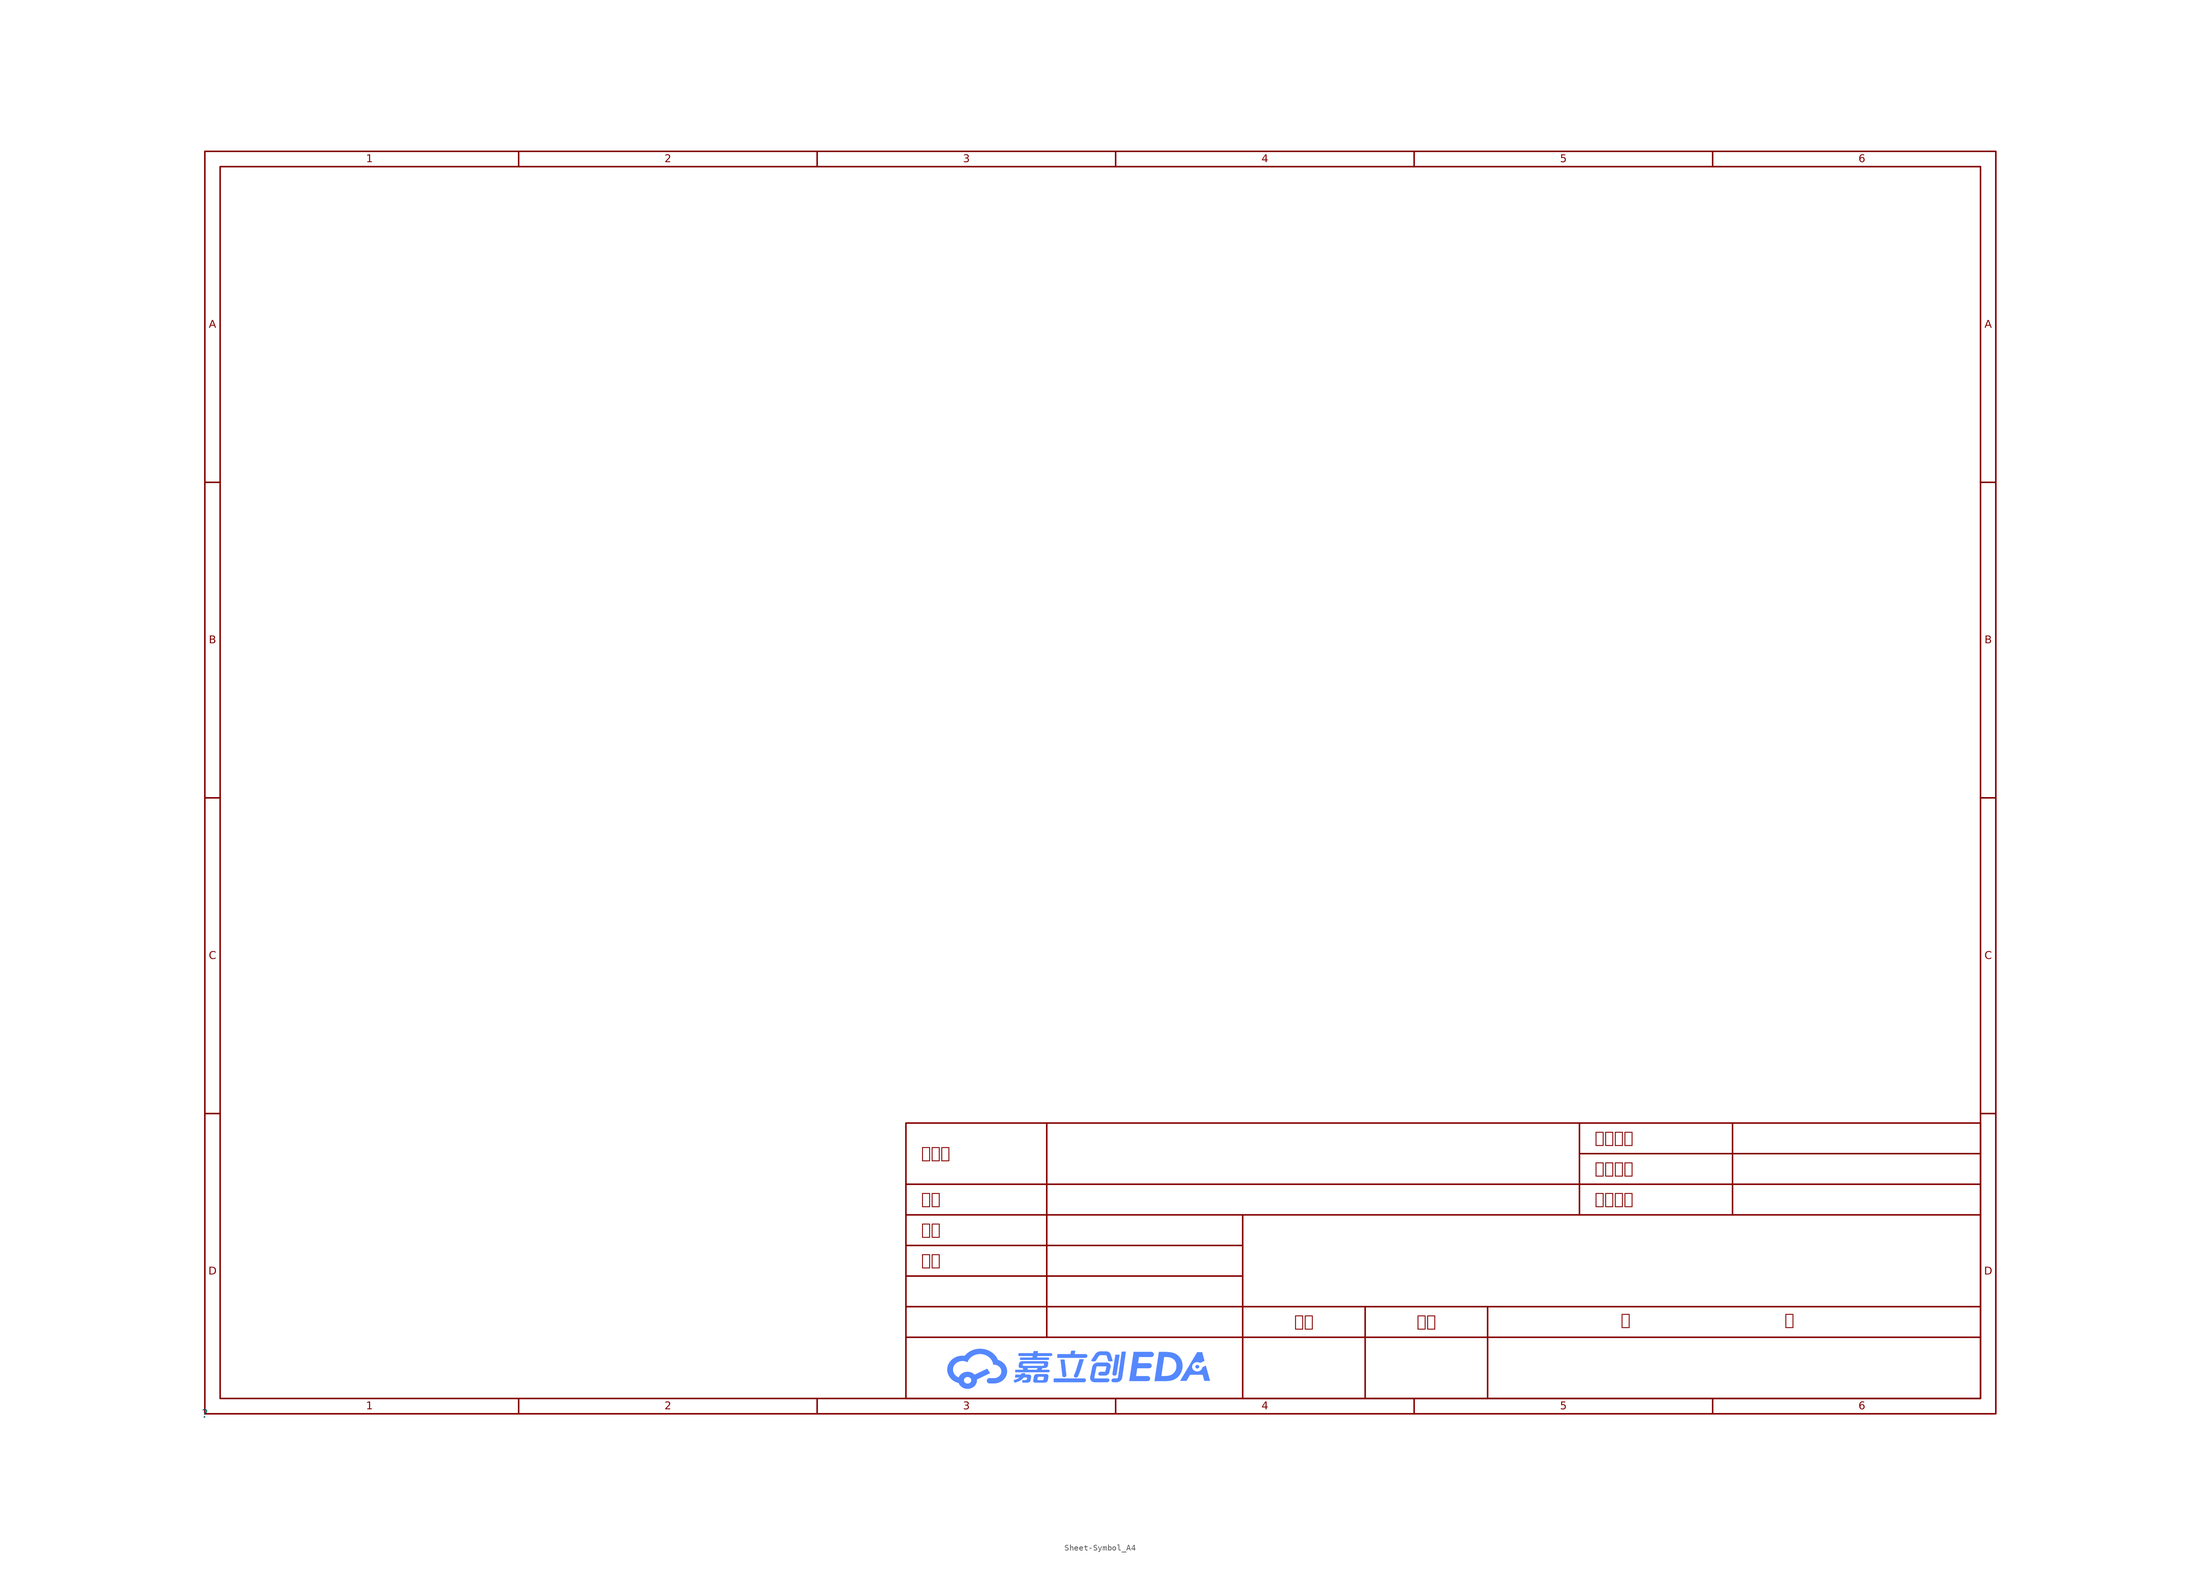
<source format=kicad_sym>
(kicad_symbol_lib
  (version 20231120)
  (generator "kicad_symbol_editor")
  (generator_version "8.0")
  (symbol "Sheet-Symbol_A4"
    (property "Reference" ""
      (at 0 0 0)
      (effects (font (size 1.27 1.27))))
    (property "Value" ""
      (at 0 0 0)
      (effects (font (size 1.27 1.27))))
    (symbol "Sheet-Symbol_A4_0_0"
      (polyline (pts (xy 151.303 6.622) (xy 151.3 6.607) (xy 151.297 6.592) (xy 151.292 6.577) (xy 151.287 6.562) (xy 151.282 6.548) (xy 151.276 6.534) (xy 151.269 6.52) (xy 151.261 6.506) (xy 151.253 6.493) (xy 151.244 6.481) (xy 151.235 6.468) (xy 151.225 6.456) (xy 151.214 6.445) (xy 151.203 6.434) (xy 151.192 6.423) (xy 151.18 6.413) (xy 151.167 6.404) (xy 151.155 6.395) (xy 151.141 6.386) (xy 151.127 6.378) (xy 151.113 6.371) (xy 151.099 6.364) (xy 151.084 6.357) (xy 151.069 6.352) (xy 151.053 6.346) (xy 151.037 6.342) (xy 151.021 6.338) (xy 151.004 6.335) (xy 150.988 6.332) (xy 150.971 6.331) (xy 150.954 6.33) (xy 150.936 6.329) (xy 150.924 6.329) (xy 150.907 6.33) (xy 150.889 6.331) (xy 150.872 6.333) (xy 150.855 6.336) (xy 150.838 6.34) (xy 150.821 6.345) (xy 150.805 6.351) (xy 150.789 6.357) (xy 150.773 6.364) (xy 150.758 6.372) (xy 150.743 6.38) (xy 150.729 6.389) (xy 150.715 6.399) (xy 150.702 6.409) (xy 150.689 6.42) (xy 150.678 6.431) (xy 150.666 6.444) (xy 150.655 6.457) (xy 150.646 6.47) (xy 150.637 6.484) (xy 150.629 6.498) (xy 150.621 6.513) (xy 150.615 6.527) (xy 150.609 6.542) (xy 150.605 6.558) (xy 150.601 6.573) (xy 150.598 6.589) (xy 150.595 6.604) (xy 150.594 6.62) (xy 150.593 6.636) (xy 150.594 6.651) (xy 150.595 6.667) (xy 151.085 9.812) (xy 151.798 9.812) (xy 151.303 6.622)) (stroke (width -0.0001) (type solid)) (fill (type color) (color 85 136 255 1)))
      (polyline (pts (xy 145.852 9.043) (xy 145.85 9.037) (xy 145.734 8.676) (xy 145.619 8.302) (xy 145.385 7.541) (xy 145.264 7.171) (xy 145.138 6.817) (xy 145.007 6.487) (xy 144.938 6.334) (xy 144.868 6.189) (xy 144.855 6.168) (xy 144.841 6.147) (xy 144.826 6.128) (xy 144.809 6.109) (xy 144.791 6.092) (xy 144.772 6.076) (xy 144.751 6.062) (xy 144.73 6.048) (xy 144.708 6.037) (xy 144.685 6.026) (xy 144.662 6.017) (xy 144.638 6.01) (xy 144.613 6.004) (xy 144.588 6) (xy 144.562 5.997) (xy 144.536 5.996) (xy 144.525 5.996) (xy 144.514 5.997) (xy 144.503 5.998) (xy 144.492 5.999) (xy 144.481 6.001) (xy 144.47 6.003) (xy 144.459 6.005) (xy 144.448 6.007) (xy 144.411 6.016) (xy 144.396 6.022) (xy 144.38 6.028) (xy 144.366 6.035) (xy 144.351 6.043) (xy 144.338 6.051) (xy 144.325 6.06) (xy 144.312 6.069) (xy 144.3 6.079) (xy 144.289 6.089) (xy 144.279 6.1) (xy 144.269 6.112) (xy 144.259 6.123) (xy 144.25 6.135) (xy 144.242 6.148) (xy 144.235 6.161) (xy 144.228 6.174) (xy 144.221 6.189) (xy 144.215 6.204) (xy 144.21 6.22) (xy 144.206 6.235) (xy 144.203 6.251) (xy 144.201 6.267) (xy 144.199 6.283) (xy 144.199 6.299) (xy 144.199 6.315) (xy 144.201 6.331) (xy 144.203 6.347) (xy 144.206 6.363) (xy 144.21 6.379) (xy 144.215 6.394) (xy 144.221 6.41) (xy 144.228 6.425) (xy 144.291 6.554) (xy 144.353 6.694) (xy 144.472 6.995) (xy 144.585 7.322) (xy 144.696 7.665) (xy 144.91 8.375) (xy 145.017 8.725) (xy 145.124 9.061) (xy 145.857 9.061) (xy 145.852 9.043)) (stroke (width -0.0001) (type solid)) (fill (type color) (color 85 136 255 1)))
      (polyline (pts (xy 142.958 6.42) (xy 142.959 6.406) (xy 142.96 6.391) (xy 142.96 6.377) (xy 142.959 6.363) (xy 142.957 6.348) (xy 142.954 6.335) (xy 142.951 6.321) (xy 142.947 6.307) (xy 142.943 6.294) (xy 142.937 6.28) (xy 142.931 6.268) (xy 142.925 6.255) (xy 142.918 6.242) (xy 142.91 6.23) (xy 142.902 6.218) (xy 142.893 6.207) (xy 142.884 6.196) (xy 142.874 6.185) (xy 142.863 6.174) (xy 142.852 6.164) (xy 142.84 6.154) (xy 142.828 6.145) (xy 142.816 6.136) (xy 142.803 6.128) (xy 142.79 6.12) (xy 142.776 6.112) (xy 142.762 6.105) (xy 142.747 6.099) (xy 142.732 6.093) (xy 142.717 6.087) (xy 142.701 6.082) (xy 142.685 6.078) (xy 142.678 6.076) (xy 142.668 6.074) (xy 142.659 6.073) (xy 142.65 6.072) (xy 142.641 6.071) (xy 142.632 6.07) (xy 142.623 6.07) (xy 142.613 6.069) (xy 142.604 6.069) (xy 142.589 6.07) (xy 142.574 6.071) (xy 142.559 6.072) (xy 142.544 6.074) (xy 142.53 6.076) (xy 142.516 6.079) (xy 142.502 6.083) (xy 142.489 6.087) (xy 142.475 6.091) (xy 142.463 6.096) (xy 142.45 6.102) (xy 142.438 6.108) (xy 142.426 6.114) (xy 142.414 6.121) (xy 142.403 6.128) (xy 142.392 6.136) (xy 142.382 6.144) (xy 142.372 6.153) (xy 142.362 6.162) (xy 142.353 6.171) (xy 142.345 6.181) (xy 142.336 6.191) (xy 142.329 6.202) (xy 142.322 6.213) (xy 142.315 6.224) (xy 142.309 6.236) (xy 142.303 6.247) (xy 142.298 6.26) (xy 142.294 6.272) (xy 142.29 6.285) (xy 142.287 6.298) (xy 142.284 6.311) (xy 142.284 6.322) (xy 141.972 9.008) (xy 141.972 9.01) (xy 142.663 9.01) (xy 142.958 6.42)) (stroke (width -0.0001) (type solid)) (fill (type color) (color 85 136 255 1)))
      (polyline (pts (xy 145.896 5.876) (xy 145.913 5.874) (xy 145.93 5.872) (xy 145.947 5.869) (xy 145.964 5.865) (xy 145.98 5.861) (xy 145.995 5.856) (xy 146.011 5.849) (xy 146.026 5.843) (xy 146.041 5.835) (xy 146.056 5.827) (xy 146.07 5.818) (xy 146.084 5.809) (xy 146.098 5.798) (xy 146.111 5.787) (xy 146.123 5.776) (xy 146.134 5.764) (xy 146.145 5.751) (xy 146.154 5.738) (xy 146.163 5.724) (xy 146.171 5.71) (xy 146.178 5.695) (xy 146.184 5.681) (xy 146.19 5.665) (xy 146.194 5.65) (xy 146.198 5.634) (xy 146.201 5.618) (xy 146.203 5.602) (xy 146.204 5.586) (xy 146.204 5.569) (xy 146.203 5.553) (xy 146.201 5.536) (xy 146.199 5.521) (xy 146.196 5.505) (xy 146.193 5.49) (xy 146.189 5.476) (xy 146.184 5.461) (xy 146.178 5.447) (xy 146.172 5.433) (xy 146.165 5.419) (xy 146.157 5.406) (xy 146.149 5.393) (xy 146.14 5.38) (xy 146.131 5.368) (xy 146.121 5.356) (xy 146.11 5.344) (xy 146.099 5.333) (xy 146.088 5.323) (xy 146.076 5.312) (xy 146.064 5.303) (xy 146.051 5.294) (xy 146.037 5.285) (xy 146.024 5.277) (xy 146.01 5.269) (xy 145.995 5.263) (xy 145.981 5.256) (xy 145.966 5.25) (xy 145.95 5.245) (xy 145.935 5.241) (xy 145.919 5.237) (xy 145.903 5.234) (xy 145.887 5.231) (xy 145.871 5.229) (xy 145.854 5.228) (xy 145.838 5.228) (xy 140.985 5.228) (xy 140.977 5.228) (xy 140.968 5.228) (xy 140.96 5.229) (xy 140.952 5.231) (xy 140.944 5.232) (xy 140.936 5.234) (xy 140.928 5.237) (xy 140.921 5.24) (xy 140.913 5.243) (xy 140.906 5.246) (xy 140.899 5.25) (xy 140.893 5.254) (xy 140.886 5.258) (xy 140.88 5.262) (xy 140.874 5.267) (xy 140.869 5.272) (xy 140.863 5.277) (xy 140.858 5.283) (xy 140.853 5.288) (xy 140.849 5.294) (xy 140.845 5.3) (xy 140.841 5.306) (xy 140.837 5.313) (xy 140.834 5.319) (xy 140.831 5.326) (xy 140.829 5.333) (xy 140.827 5.34) (xy 140.825 5.347) (xy 140.823 5.354) (xy 140.822 5.362) (xy 140.822 5.369) (xy 140.822 5.376) (xy 140.822 5.379) (xy 140.819 5.379) (xy 140.87 5.876) (xy 145.879 5.876) (xy 145.896 5.876)) (stroke (width -0.0001) (type solid)) (fill (type color) (color 85 136 255 1)))
      (polyline (pts (xy 165.879 8.797) (xy 165.151 8.432) (xy 165.125 8.449) (xy 165.099 8.464) (xy 165.071 8.478) (xy 165.043 8.492) (xy 165.014 8.504) (xy 164.985 8.516) (xy 164.955 8.526) (xy 164.925 8.536) (xy 164.894 8.544) (xy 164.863 8.552) (xy 164.831 8.558) (xy 164.798 8.563) (xy 164.766 8.567) (xy 164.732 8.57) (xy 164.699 8.572) (xy 164.665 8.572) (xy 164.622 8.571) (xy 164.578 8.568) (xy 164.536 8.563) (xy 164.494 8.557) (xy 164.453 8.548) (xy 164.413 8.538) (xy 164.373 8.525) (xy 164.335 8.512) (xy 164.297 8.496) (xy 164.261 8.479) (xy 164.225 8.46) (xy 164.19 8.44) (xy 164.157 8.419) (xy 164.125 8.396) (xy 164.094 8.371) (xy 164.065 8.346) (xy 164.036 8.319) (xy 164.01 8.291) (xy 163.984 8.262) (xy 163.961 8.231) (xy 163.939 8.2) (xy 163.918 8.168) (xy 163.899 8.134) (xy 163.882 8.1) (xy 163.867 8.065) (xy 163.854 8.029) (xy 163.842 7.992) (xy 163.833 7.955) (xy 163.825 7.917) (xy 163.82 7.878) (xy 163.817 7.839) (xy 163.815 7.8) (xy 163.817 7.76) (xy 163.82 7.721) (xy 163.825 7.682) (xy 163.833 7.644) (xy 163.842 7.606) (xy 163.854 7.57) (xy 163.867 7.534) (xy 163.882 7.499) (xy 163.899 7.465) (xy 163.918 7.431) (xy 163.939 7.399) (xy 163.961 7.367) (xy 163.984 7.337) (xy 164.01 7.308) (xy 164.036 7.28) (xy 164.065 7.253) (xy 164.094 7.228) (xy 164.125 7.203) (xy 164.157 7.18) (xy 164.19 7.159) (xy 164.225 7.139) (xy 164.261 7.12) (xy 164.297 7.103) (xy 164.335 7.087) (xy 164.373 7.074) (xy 164.413 7.061) (xy 164.453 7.051) (xy 164.494 7.042) (xy 164.536 7.035) (xy 164.578 7.031) (xy 164.622 7.028) (xy 164.665 7.027) (xy 164.706 7.027) (xy 164.746 7.03) (xy 164.786 7.034) (xy 164.825 7.04) (xy 164.864 7.048) (xy 164.901 7.057) (xy 164.939 7.068) (xy 164.975 7.08) (xy 165.011 7.093) (xy 165.045 7.108) (xy 165.079 7.125) (xy 165.112 7.142) (xy 165.144 7.161) (xy 165.175 7.182) (xy 165.205 7.203) (xy 165.233 7.226) (xy 165.261 7.249) (xy 165.287 7.274) (xy 165.313 7.3) (xy 165.337 7.327) (xy 165.359 7.355) (xy 165.381 7.383) (xy 165.401 7.413) (xy 165.419 7.444) (xy 165.436 7.475) (xy 165.452 7.507) (xy 165.466 7.54) (xy 165.478 7.573) (xy 165.489 7.607) (xy 165.498 7.642) (xy 165.505 7.677) (xy 165.51 7.713) (xy 166.096 8.006) (xy 166.797 5.461) (xy 165.84 5.461) (xy 165.562 6.476) (xy 163.478 6.476) (xy 162.883 5.461) (xy 161.82 5.461) (xy 164.656 10.234) (xy 165.486 10.234) (xy 165.879 8.797)) (stroke (width -0.0001) (type solid)) (fill (type color) (color 85 136 255 1)))
      (polyline (pts (xy 164.702 8.113) (xy 164.719 8.112) (xy 164.735 8.11) (xy 164.752 8.107) (xy 164.768 8.104) (xy 164.783 8.1) (xy 164.798 8.095) (xy 164.813 8.089) (xy 164.828 8.083) (xy 164.842 8.076) (xy 164.856 8.069) (xy 164.869 8.061) (xy 164.882 8.052) (xy 164.894 8.043) (xy 164.906 8.034) (xy 164.917 8.024) (xy 164.928 8.013) (xy 164.938 8.002) (xy 164.948 7.991) (xy 164.957 7.979) (xy 164.965 7.967) (xy 164.973 7.954) (xy 164.98 7.941) (xy 164.987 7.928) (xy 164.993 7.914) (xy 164.998 7.9) (xy 165.002 7.886) (xy 165.005 7.871) (xy 165.008 7.857) (xy 165.01 7.842) (xy 165.011 7.826) (xy 165.011 7.811) (xy 165.011 7.795) (xy 165.009 7.78) (xy 165.007 7.765) (xy 165.004 7.75) (xy 165 7.736) (xy 164.995 7.722) (xy 164.99 7.708) (xy 164.984 7.694) (xy 164.977 7.681) (xy 164.97 7.668) (xy 164.962 7.656) (xy 164.953 7.644) (xy 164.944 7.632) (xy 164.934 7.621) (xy 164.923 7.61) (xy 164.912 7.6) (xy 164.901 7.59) (xy 164.889 7.581) (xy 164.876 7.572) (xy 164.863 7.564) (xy 164.85 7.556) (xy 164.836 7.549) (xy 164.821 7.543) (xy 164.807 7.537) (xy 164.792 7.531) (xy 164.776 7.527) (xy 164.761 7.523) (xy 164.745 7.52) (xy 164.728 7.517) (xy 164.712 7.516) (xy 164.695 7.514) (xy 164.678 7.514) (xy 164.661 7.515) (xy 164.644 7.516) (xy 164.628 7.518) (xy 164.612 7.521) (xy 164.596 7.524) (xy 164.58 7.529) (xy 164.565 7.534) (xy 164.55 7.539) (xy 164.536 7.545) (xy 164.522 7.552) (xy 164.508 7.559) (xy 164.494 7.567) (xy 164.482 7.576) (xy 164.469 7.585) (xy 164.458 7.594) (xy 164.446 7.604) (xy 164.435 7.615) (xy 164.425 7.626) (xy 164.415 7.637) (xy 164.406 7.649) (xy 164.398 7.661) (xy 164.39 7.674) (xy 164.383 7.687) (xy 164.377 7.7) (xy 164.371 7.714) (xy 164.366 7.728) (xy 164.362 7.742) (xy 164.358 7.757) (xy 164.355 7.772) (xy 164.353 7.787) (xy 164.352 7.802) (xy 164.352 7.817) (xy 164.353 7.833) (xy 164.354 7.848) (xy 164.356 7.863) (xy 164.359 7.878) (xy 164.363 7.892) (xy 164.368 7.906) (xy 164.373 7.92) (xy 164.379 7.934) (xy 164.386 7.947) (xy 164.393 7.96) (xy 164.402 7.972) (xy 164.41 7.984) (xy 164.42 7.996) (xy 164.43 8.007) (xy 164.44 8.018) (xy 164.451 8.028) (xy 164.463 8.038) (xy 164.475 8.047) (xy 164.487 8.056) (xy 164.5 8.065) (xy 164.514 8.072) (xy 164.528 8.079) (xy 164.542 8.086) (xy 164.557 8.092) (xy 164.572 8.097) (xy 164.587 8.101) (xy 164.603 8.105) (xy 164.619 8.108) (xy 164.635 8.111) (xy 164.651 8.113) (xy 164.668 8.114) (xy 164.685 8.114) (xy 164.702 8.113)) (stroke (width -0.0001) (type solid)) (fill (type color) (color 85 136 255 1)))
      (polyline (pts (xy 152.223 6.025) (xy 152.213 5.964) (xy 152.197 5.904) (xy 152.178 5.846) (xy 152.155 5.79) (xy 152.129 5.735) (xy 152.098 5.683) (xy 152.064 5.633) (xy 152.026 5.585) (xy 151.985 5.54) (xy 151.94 5.497) (xy 151.893 5.457) (xy 151.842 5.419) (xy 151.788 5.384) (xy 151.732 5.353) (xy 151.672 5.324) (xy 151.61 5.299) (xy 151.59 5.29) (xy 151.569 5.282) (xy 151.548 5.274) (xy 151.526 5.267) (xy 151.505 5.261) (xy 151.483 5.255) (xy 151.461 5.25) (xy 151.439 5.245) (xy 151.417 5.241) (xy 151.394 5.237) (xy 151.371 5.234) (xy 151.348 5.232) (xy 151.324 5.23) (xy 151.3 5.229) (xy 151.276 5.228) (xy 151.251 5.228) (xy 150.765 5.228) (xy 150.748 5.228) (xy 150.731 5.229) (xy 150.713 5.232) (xy 150.696 5.235) (xy 150.679 5.239) (xy 150.663 5.244) (xy 150.646 5.249) (xy 150.63 5.255) (xy 150.614 5.262) (xy 150.599 5.27) (xy 150.584 5.279) (xy 150.57 5.288) (xy 150.556 5.297) (xy 150.543 5.308) (xy 150.531 5.318) (xy 150.519 5.33) (xy 150.508 5.342) (xy 150.497 5.355) (xy 150.488 5.368) (xy 150.479 5.382) (xy 150.471 5.396) (xy 150.464 5.41) (xy 150.458 5.425) (xy 150.452 5.439) (xy 150.448 5.455) (xy 150.444 5.47) (xy 150.441 5.486) (xy 150.439 5.502) (xy 150.438 5.518) (xy 150.438 5.534) (xy 150.439 5.551) (xy 150.441 5.567) (xy 150.443 5.579) (xy 150.446 5.594) (xy 150.449 5.609) (xy 150.453 5.624) (xy 150.458 5.638) (xy 150.464 5.653) (xy 150.47 5.667) (xy 150.477 5.68) (xy 150.485 5.694) (xy 150.494 5.707) (xy 150.502 5.719) (xy 150.512 5.732) (xy 150.522 5.744) (xy 150.533 5.755) (xy 150.544 5.766) (xy 150.555 5.777) (xy 150.568 5.787) (xy 150.58 5.796) (xy 150.593 5.806) (xy 150.607 5.814) (xy 150.62 5.822) (xy 150.635 5.83) (xy 150.649 5.837) (xy 150.664 5.843) (xy 150.679 5.849) (xy 150.695 5.854) (xy 150.711 5.859) (xy 150.727 5.863) (xy 150.743 5.866) (xy 150.759 5.868) (xy 150.776 5.87) (xy 150.792 5.871) (xy 150.809 5.872) (xy 151.295 5.872) (xy 151.306 5.872) (xy 151.317 5.872) (xy 151.327 5.874) (xy 151.337 5.875) (xy 151.347 5.877) (xy 151.357 5.879) (xy 151.366 5.882) (xy 151.375 5.885) (xy 151.384 5.889) (xy 151.393 5.893) (xy 151.402 5.898) (xy 151.411 5.903) (xy 151.419 5.908) (xy 151.428 5.914) (xy 151.436 5.92) (xy 151.444 5.927) (xy 151.453 5.936) (xy 151.461 5.944) (xy 151.469 5.953) (xy 151.476 5.962) (xy 151.483 5.971) (xy 151.489 5.98) (xy 151.495 5.989) (xy 151.5 5.999) (xy 151.506 6.008) (xy 151.51 6.018) (xy 151.514 6.027) (xy 151.518 6.037) (xy 151.521 6.046) (xy 151.524 6.055) (xy 151.526 6.065) (xy 151.527 6.074) (xy 152.131 10.325) (xy 152.836 10.325) (xy 152.223 6.025)) (stroke (width -0.0001) (type solid)) (fill (type color) (color 85 136 255 1)))
      (polyline (pts (xy 144.345 9.914) (xy 146.116 9.914) (xy 146.135 9.914) (xy 146.153 9.912) (xy 146.171 9.91) (xy 146.189 9.907) (xy 146.206 9.903) (xy 146.223 9.899) (xy 146.24 9.894) (xy 146.256 9.887) (xy 146.272 9.88) (xy 146.287 9.873) (xy 146.302 9.864) (xy 146.316 9.855) (xy 146.33 9.845) (xy 146.343 9.834) (xy 146.356 9.822) (xy 146.367 9.809) (xy 146.378 9.797) (xy 146.389 9.784) (xy 146.398 9.771) (xy 146.407 9.758) (xy 146.414 9.744) (xy 146.421 9.729) (xy 146.428 9.715) (xy 146.433 9.7) (xy 146.437 9.684) (xy 146.441 9.669) (xy 146.443 9.653) (xy 146.445 9.636) (xy 146.446 9.62) (xy 146.446 9.603) (xy 146.445 9.587) (xy 146.443 9.57) (xy 146.443 9.565) (xy 146.44 9.55) (xy 146.437 9.535) (xy 146.433 9.52) (xy 146.428 9.506) (xy 146.422 9.491) (xy 146.416 9.477) (xy 146.409 9.464) (xy 146.402 9.451) (xy 146.393 9.438) (xy 146.385 9.425) (xy 146.375 9.413) (xy 146.365 9.402) (xy 146.355 9.39) (xy 146.344 9.38) (xy 146.332 9.369) (xy 146.32 9.359) (xy 146.308 9.35) (xy 146.295 9.341) (xy 146.282 9.332) (xy 146.268 9.325) (xy 146.254 9.317) (xy 146.239 9.31) (xy 146.224 9.304) (xy 146.209 9.299) (xy 146.193 9.293) (xy 146.177 9.289) (xy 146.161 9.285) (xy 146.145 9.282) (xy 146.128 9.28) (xy 146.111 9.278) (xy 146.094 9.277) (xy 146.077 9.277) (xy 141.588 9.277) (xy 141.588 9.279) (xy 141.58 9.279) (xy 141.572 9.28) (xy 141.564 9.281) (xy 141.555 9.282) (xy 141.548 9.284) (xy 141.54 9.286) (xy 141.532 9.289) (xy 141.525 9.292) (xy 141.518 9.295) (xy 141.511 9.298) (xy 141.504 9.302) (xy 141.498 9.306) (xy 141.491 9.31) (xy 141.485 9.314) (xy 141.48 9.319) (xy 141.474 9.324) (xy 141.469 9.329) (xy 141.464 9.335) (xy 141.459 9.34) (xy 141.454 9.346) (xy 141.45 9.352) (xy 141.446 9.358) (xy 141.443 9.364) (xy 141.44 9.371) (xy 141.437 9.377) (xy 141.434 9.384) (xy 141.432 9.391) (xy 141.43 9.398) (xy 141.429 9.405) (xy 141.428 9.413) (xy 141.427 9.42) (xy 141.427 9.428) (xy 141.427 9.435) (xy 141.427 9.439) (xy 141.428 9.443) (xy 141.428 9.446) (xy 141.428 9.448) (xy 141.428 9.45) (xy 141.429 9.451) (xy 141.429 9.453) (xy 141.429 9.455) (xy 141.43 9.456) (xy 141.476 9.912) (xy 143.635 9.914) (xy 143.715 10.342) (xy 143.716 10.35) (xy 143.718 10.356) (xy 143.72 10.363) (xy 143.722 10.37) (xy 143.724 10.376) (xy 143.727 10.383) (xy 143.73 10.389) (xy 143.733 10.395) (xy 143.737 10.401) (xy 143.74 10.406) (xy 143.744 10.412) (xy 143.749 10.417) (xy 143.753 10.422) (xy 143.758 10.427) (xy 143.763 10.432) (xy 143.768 10.436) (xy 143.774 10.441) (xy 143.779 10.445) (xy 143.785 10.448) (xy 143.791 10.452) (xy 143.797 10.455) (xy 143.804 10.458) (xy 143.81 10.461) (xy 143.817 10.464) (xy 143.823 10.466) (xy 143.83 10.468) (xy 143.837 10.47) (xy 143.845 10.471) (xy 143.852 10.472) (xy 143.859 10.473) (xy 143.867 10.473) (xy 143.874 10.474) (xy 144.438 10.474) (xy 144.345 9.914)) (stroke (width -0.0001) (type solid)) (fill (type color) (color 85 136 255 1)))
      (polyline (pts (xy 136.084 6.516) (xy 136.663 6.516) (xy 136.696 6.515) (xy 136.728 6.514) (xy 136.758 6.512) (xy 136.787 6.508) (xy 136.815 6.504) (xy 136.842 6.499) (xy 136.867 6.493) (xy 136.892 6.486) (xy 136.914 6.479) (xy 136.936 6.47) (xy 136.957 6.46) (xy 136.976 6.449) (xy 136.994 6.438) (xy 137.01 6.425) (xy 137.026 6.412) (xy 137.04 6.397) (xy 137.053 6.381) (xy 137.065 6.365) (xy 137.075 6.348) (xy 137.084 6.329) (xy 137.092 6.31) (xy 137.099 6.29) (xy 137.105 6.268) (xy 137.109 6.246) (xy 137.112 6.223) (xy 137.114 6.198) (xy 137.115 6.173) (xy 137.114 6.147) (xy 137.112 6.12) (xy 137.109 6.091) (xy 137.105 6.062) (xy 137.1 6.032) (xy 137.022 5.619) (xy 137.018 5.588) (xy 137.014 5.56) (xy 137.009 5.532) (xy 137.002 5.506) (xy 136.995 5.481) (xy 136.987 5.456) (xy 136.978 5.433) (xy 136.968 5.412) (xy 136.956 5.391) (xy 136.944 5.371) (xy 136.93 5.352) (xy 136.916 5.335) (xy 136.9 5.318) (xy 136.884 5.302) (xy 136.866 5.287) (xy 136.847 5.273) (xy 136.827 5.261) (xy 136.806 5.248) (xy 136.784 5.237) (xy 136.76 5.227) (xy 136.735 5.218) (xy 136.709 5.209) (xy 136.682 5.201) (xy 136.654 5.194) (xy 136.624 5.188) (xy 136.593 5.182) (xy 136.527 5.173) (xy 136.456 5.167) (xy 136.38 5.163) (xy 135.647 5.163) (xy 135.647 5.59) (xy 136.101 5.59) (xy 136.135 5.59) (xy 136.167 5.592) (xy 136.196 5.596) (xy 136.223 5.6) (xy 136.247 5.606) (xy 136.27 5.612) (xy 136.29 5.62) (xy 136.309 5.629) (xy 136.326 5.639) (xy 136.34 5.65) (xy 136.354 5.661) (xy 136.366 5.674) (xy 136.376 5.687) (xy 136.385 5.701) (xy 136.393 5.716) (xy 136.399 5.732) (xy 136.431 5.861) (xy 136.434 5.871) (xy 136.435 5.881) (xy 136.437 5.891) (xy 136.438 5.9) (xy 136.438 5.91) (xy 136.437 5.918) (xy 136.436 5.927) (xy 136.434 5.935) (xy 136.432 5.943) (xy 136.428 5.95) (xy 136.425 5.958) (xy 136.42 5.965) (xy 136.415 5.971) (xy 136.409 5.977) (xy 136.403 5.983) (xy 136.396 5.989) (xy 136.388 5.994) (xy 136.38 5.999) (xy 136.371 6.003) (xy 136.362 6.007) (xy 136.351 6.011) (xy 136.34 6.015) (xy 136.329 6.018) (xy 136.317 6.021) (xy 136.304 6.023) (xy 136.291 6.026) (xy 136.276 6.027) (xy 136.262 6.029) (xy 136.246 6.03) (xy 136.23 6.031) (xy 136.214 6.031) (xy 136.196 6.032) (xy 135.884 6.032) (xy 135.826 5.954) (xy 135.765 5.88) (xy 135.699 5.81) (xy 135.629 5.744) (xy 135.554 5.681) (xy 135.475 5.621) (xy 135.391 5.565) (xy 135.301 5.511) (xy 135.206 5.459) (xy 135.106 5.41) (xy 134.999 5.363) (xy 134.886 5.318) (xy 134.767 5.274) (xy 134.641 5.231) (xy 134.507 5.19) (xy 134.367 5.15) (xy 134.179 5.576) (xy 134.354 5.627) (xy 134.505 5.673) (xy 134.573 5.696) (xy 134.637 5.718) (xy 134.697 5.741) (xy 134.754 5.765) (xy 134.809 5.789) (xy 134.861 5.815) (xy 134.912 5.843) (xy 134.963 5.873) (xy 135.013 5.905) (xy 135.063 5.939) (xy 135.114 5.977) (xy 135.166 6.018) (xy 134.416 6.018) (xy 134.494 6.502) (xy 135.417 6.502) (xy 135.418 6.505) (xy 135.418 6.51) (xy 135.419 6.514) (xy 135.42 6.52) (xy 135.424 6.535) (xy 135.429 6.552) (xy 135.432 6.562) (xy 135.435 6.572) (xy 135.439 6.583) (xy 135.443 6.594) (xy 135.448 6.606) (xy 135.453 6.619) (xy 135.458 6.631) (xy 135.464 6.645) (xy 135.465 6.65) (xy 135.467 6.655) (xy 135.469 6.66) (xy 135.471 6.665) (xy 135.474 6.67) (xy 135.477 6.675) (xy 135.48 6.68) (xy 135.483 6.685) (xy 135.487 6.689) (xy 135.49 6.693) (xy 135.494 6.697) (xy 135.498 6.702) (xy 135.503 6.705) (xy 135.507 6.709) (xy 135.512 6.713) (xy 135.516 6.716) (xy 135.521 6.72) (xy 135.526 6.723) (xy 135.531 6.725) (xy 135.537 6.728) (xy 135.542 6.731) (xy 135.547 6.733) (xy 135.553 6.735) (xy 135.559 6.737) (xy 135.564 6.739) (xy 135.57 6.74) (xy 135.576 6.742) (xy 135.582 6.743) (xy 135.588 6.743) (xy 135.594 6.744) (xy 135.6 6.744) (xy 135.606 6.745) (xy 136.153 6.745) (xy 136.084 6.516)) (stroke (width -0.0001) (type solid)) (fill (type color) (color 85 136 255 1)))
      (polyline (pts (xy 159.298 10.282) (xy 159.44 10.279) (xy 159.577 10.274) (xy 159.71 10.267) (xy 159.838 10.258) (xy 159.96 10.247) (xy 160.079 10.234) (xy 160.192 10.219) (xy 160.3 10.202) (xy 160.404 10.183) (xy 160.503 10.162) (xy 160.597 10.139) (xy 160.687 10.114) (xy 160.772 10.087) (xy 160.851 10.058) (xy 160.927 10.027) (xy 160.999 9.994) (xy 161.069 9.958) (xy 161.137 9.921) (xy 161.204 9.881) (xy 161.27 9.838) (xy 161.333 9.793) (xy 161.395 9.747) (xy 161.455 9.697) (xy 161.514 9.646) (xy 161.571 9.592) (xy 161.625 9.536) (xy 161.679 9.477) (xy 161.73 9.417) (xy 161.78 9.354) (xy 161.828 9.289) (xy 161.874 9.221) (xy 161.918 9.152) (xy 161.959 9.081) (xy 161.998 9.009) (xy 162.033 8.936) (xy 162.066 8.861) (xy 162.095 8.785) (xy 162.123 8.708) (xy 162.147 8.629) (xy 162.168 8.549) (xy 162.187 8.468) (xy 162.202 8.386) (xy 162.215 8.302) (xy 162.225 8.216) (xy 162.232 8.13) (xy 162.237 8.042) (xy 162.238 7.953) (xy 162.237 7.862) (xy 162.232 7.771) (xy 162.225 7.682) (xy 162.214 7.593) (xy 162.201 7.505) (xy 162.184 7.418) (xy 162.165 7.332) (xy 162.142 7.247) (xy 162.116 7.162) (xy 162.087 7.079) (xy 162.055 6.996) (xy 162.021 6.914) (xy 161.983 6.833) (xy 161.941 6.753) (xy 161.897 6.674) (xy 161.85 6.596) (xy 161.801 6.52) (xy 161.75 6.447) (xy 161.698 6.376) (xy 161.644 6.308) (xy 161.589 6.243) (xy 161.532 6.18) (xy 161.473 6.12) (xy 161.413 6.063) (xy 161.351 6.008) (xy 161.287 5.955) (xy 161.222 5.906) (xy 161.155 5.859) (xy 161.087 5.814) (xy 161.017 5.772) (xy 160.946 5.733) (xy 160.873 5.696) (xy 160.797 5.662) (xy 160.718 5.63) (xy 160.636 5.6) (xy 160.55 5.572) (xy 160.46 5.547) (xy 160.367 5.523) (xy 160.27 5.502) (xy 160.169 5.483) (xy 160.065 5.467) (xy 159.958 5.452) (xy 159.846 5.44) (xy 159.732 5.43) (xy 159.613 5.422) (xy 159.492 5.416) (xy 159.366 5.413) (xy 159.237 5.412) (xy 157.571 5.412) (xy 157.7 6.265) (xy 158.712 6.265) (xy 159.044 6.265) (xy 159.229 6.267) (xy 159.4 6.273) (xy 159.481 6.277) (xy 159.558 6.282) (xy 159.632 6.288) (xy 159.703 6.295) (xy 159.771 6.303) (xy 159.835 6.312) (xy 159.896 6.322) (xy 159.953 6.332) (xy 160.007 6.344) (xy 160.058 6.356) (xy 160.106 6.369) (xy 160.15 6.383) (xy 160.21 6.404) (xy 160.268 6.427) (xy 160.325 6.452) (xy 160.38 6.479) (xy 160.433 6.508) (xy 160.485 6.539) (xy 160.536 6.571) (xy 160.584 6.606) (xy 160.632 6.642) (xy 160.678 6.68) (xy 160.722 6.72) (xy 160.765 6.762) (xy 160.806 6.806) (xy 160.846 6.852) (xy 160.885 6.899) (xy 160.922 6.949) (xy 160.957 7) (xy 160.99 7.052) (xy 161.02 7.105) (xy 161.048 7.16) (xy 161.075 7.217) (xy 161.098 7.275) (xy 161.12 7.334) (xy 161.139 7.395) (xy 161.156 7.457) (xy 161.17 7.521) (xy 161.182 7.586) (xy 161.192 7.652) (xy 161.199 7.721) (xy 161.204 7.79) (xy 161.207 7.861) (xy 161.208 7.933) (xy 161.207 7.992) (xy 161.204 8.051) (xy 161.2 8.108) (xy 161.195 8.165) (xy 161.187 8.22) (xy 161.179 8.273) (xy 161.168 8.326) (xy 161.156 8.377) (xy 161.143 8.427) (xy 161.127 8.476) (xy 161.111 8.524) (xy 161.092 8.57) (xy 161.072 8.615) (xy 161.05 8.659) (xy 161.027 8.702) (xy 161.002 8.743) (xy 160.976 8.784) (xy 160.948 8.823) (xy 160.919 8.861) (xy 160.889 8.897) (xy 160.858 8.933) (xy 160.825 8.967) (xy 160.791 9) (xy 160.755 9.032) (xy 160.719 9.063) (xy 160.681 9.093) (xy 160.641 9.121) (xy 160.601 9.149) (xy 160.559 9.175) (xy 160.516 9.2) (xy 160.472 9.225) (xy 160.426 9.248) (xy 160.378 9.269) (xy 160.329 9.29) (xy 160.277 9.309) (xy 160.224 9.326) (xy 160.169 9.342) (xy 160.112 9.357) (xy 160.053 9.37) (xy 159.992 9.381) (xy 159.929 9.392) (xy 159.864 9.401) (xy 159.797 9.408) (xy 159.729 9.414) (xy 159.658 9.419) (xy 159.585 9.422) (xy 159.511 9.425) (xy 159.435 9.425) (xy 159.183 9.425) (xy 158.712 6.265) (xy 157.7 6.265) (xy 158.304 10.283) (xy 159.151 10.283) (xy 159.298 10.282)) (stroke (width -0.0001) (type solid)) (fill (type color) (color 85 136 255 1)))
      (polyline (pts (xy 157.027 10.286) (xy 157.051 10.285) (xy 157.074 10.282) (xy 157.098 10.278) (xy 157.121 10.273) (xy 157.143 10.268) (xy 157.165 10.261) (xy 157.187 10.253) (xy 157.208 10.244) (xy 157.228 10.235) (xy 157.248 10.224) (xy 157.267 10.213) (xy 157.286 10.201) (xy 157.304 10.188) (xy 157.321 10.174) (xy 157.338 10.16) (xy 157.353 10.145) (xy 157.368 10.129) (xy 157.382 10.112) (xy 157.396 10.095) (xy 157.408 10.078) (xy 157.42 10.059) (xy 157.43 10.04) (xy 157.44 10.021) (xy 157.448 10.001) (xy 157.456 9.981) (xy 157.463 9.96) (xy 157.468 9.938) (xy 157.472 9.917) (xy 157.476 9.895) (xy 157.478 9.872) (xy 157.478 9.85) (xy 157.478 9.827) (xy 157.476 9.806) (xy 157.473 9.784) (xy 157.469 9.763) (xy 157.464 9.742) (xy 157.457 9.722) (xy 157.45 9.701) (xy 157.441 9.682) (xy 157.432 9.663) (xy 157.421 9.644) (xy 157.41 9.626) (xy 157.398 9.609) (xy 157.384 9.592) (xy 157.37 9.575) (xy 157.355 9.56) (xy 157.34 9.545) (xy 157.323 9.531) (xy 157.306 9.517) (xy 157.288 9.504) (xy 157.269 9.492) (xy 157.25 9.481) (xy 157.23 9.471) (xy 157.21 9.461) (xy 157.189 9.453) (xy 157.167 9.445) (xy 157.145 9.438) (xy 157.123 9.432) (xy 157.1 9.427) (xy 157.077 9.424) (xy 157.053 9.421) (xy 157.029 9.419) (xy 157.005 9.419) (xy 155.002 9.416) (xy 154.849 8.406) (xy 156.726 8.406) (xy 156.747 8.402) (xy 156.768 8.398) (xy 156.788 8.393) (xy 156.808 8.387) (xy 156.827 8.38) (xy 156.846 8.373) (xy 156.865 8.364) (xy 156.883 8.355) (xy 156.901 8.346) (xy 156.918 8.336) (xy 156.934 8.325) (xy 156.95 8.313) (xy 156.966 8.301) (xy 156.981 8.288) (xy 156.995 8.275) (xy 157.008 8.261) (xy 157.021 8.247) (xy 157.034 8.232) (xy 157.045 8.217) (xy 157.056 8.201) (xy 157.066 8.184) (xy 157.076 8.168) (xy 157.084 8.151) (xy 157.092 8.133) (xy 157.099 8.115) (xy 157.105 8.097) (xy 157.11 8.079) (xy 157.114 8.06) (xy 157.118 8.041) (xy 157.12 8.021) (xy 157.121 8.002) (xy 157.122 7.982) (xy 157.121 7.96) (xy 157.119 7.938) (xy 157.117 7.916) (xy 157.112 7.895) (xy 157.107 7.874) (xy 157.101 7.854) (xy 157.093 7.834) (xy 157.085 7.814) (xy 157.075 7.795) (xy 157.065 7.776) (xy 157.053 7.758) (xy 157.041 7.741) (xy 157.028 7.724) (xy 157.014 7.708) (xy 156.999 7.692) (xy 156.983 7.677) (xy 156.967 7.663) (xy 156.949 7.649) (xy 156.931 7.636) (xy 156.913 7.624) (xy 156.894 7.613) (xy 156.874 7.603) (xy 156.853 7.593) (xy 156.833 7.585) (xy 156.811 7.577) (xy 156.789 7.57) (xy 156.767 7.564) (xy 156.744 7.559) (xy 156.72 7.556) (xy 156.697 7.553) (xy 156.673 7.551) (xy 156.648 7.551) (xy 154.719 7.553) (xy 154.521 6.263) (xy 156.394 6.265) (xy 156.418 6.264) (xy 156.442 6.263) (xy 156.465 6.26) (xy 156.488 6.256) (xy 156.51 6.252) (xy 156.532 6.246) (xy 156.554 6.239) (xy 156.575 6.232) (xy 156.596 6.223) (xy 156.616 6.214) (xy 156.636 6.204) (xy 156.655 6.193) (xy 156.673 6.181) (xy 156.69 6.168) (xy 156.707 6.155) (xy 156.724 6.141) (xy 156.739 6.126) (xy 156.754 6.111) (xy 156.768 6.095) (xy 156.781 6.078) (xy 156.793 6.061) (xy 156.804 6.043) (xy 156.815 6.025) (xy 156.824 6.006) (xy 156.832 5.987) (xy 156.84 5.967) (xy 156.846 5.947) (xy 156.851 5.926) (xy 156.855 5.905) (xy 156.858 5.884) (xy 156.86 5.862) (xy 156.861 5.841) (xy 156.86 5.819) (xy 156.858 5.798) (xy 156.855 5.777) (xy 156.851 5.756) (xy 156.846 5.736) (xy 156.84 5.716) (xy 156.833 5.697) (xy 156.825 5.678) (xy 156.815 5.659) (xy 156.805 5.641) (xy 156.794 5.623) (xy 156.782 5.606) (xy 156.77 5.59) (xy 156.756 5.574) (xy 156.742 5.558) (xy 156.726 5.543) (xy 156.71 5.529) (xy 156.694 5.516) (xy 156.677 5.503) (xy 156.659 5.492) (xy 156.64 5.481) (xy 156.621 5.47) (xy 156.601 5.461) (xy 156.581 5.452) (xy 156.56 5.444) (xy 156.538 5.437) (xy 156.517 5.431) (xy 156.494 5.426) (xy 156.472 5.422) (xy 156.449 5.419) (xy 156.425 5.417) (xy 156.402 5.416) (xy 153.381 5.416) (xy 154.113 10.287) (xy 157.002 10.287) (xy 157.027 10.286)) (stroke (width -0.0001) (type solid)) (fill (type color) (color 85 136 255 1)))
      (polyline (pts (xy 138.196 10.069) (xy 140.355 10.069) (xy 140.37 10.069) (xy 140.384 10.068) (xy 140.398 10.066) (xy 140.412 10.063) (xy 140.426 10.06) (xy 140.439 10.056) (xy 140.452 10.052) (xy 140.465 10.047) (xy 140.477 10.041) (xy 140.489 10.035) (xy 140.501 10.028) (xy 140.512 10.02) (xy 140.523 10.012) (xy 140.533 10.004) (xy 140.543 9.995) (xy 140.552 9.986) (xy 140.561 9.976) (xy 140.57 9.965) (xy 140.577 9.954) (xy 140.585 9.943) (xy 140.591 9.932) (xy 140.598 9.92) (xy 140.603 9.908) (xy 140.608 9.895) (xy 140.612 9.882) (xy 140.616 9.869) (xy 140.618 9.856) (xy 140.62 9.842) (xy 140.622 9.828) (xy 140.623 9.814) (xy 140.622 9.8) (xy 140.621 9.785) (xy 140.62 9.774) (xy 140.618 9.764) (xy 140.615 9.754) (xy 140.612 9.744) (xy 140.608 9.734) (xy 140.603 9.725) (xy 140.599 9.715) (xy 140.594 9.706) (xy 140.588 9.697) (xy 140.582 9.688) (xy 140.575 9.68) (xy 140.568 9.672) (xy 140.561 9.664) (xy 140.553 9.657) (xy 140.544 9.649) (xy 140.536 9.643) (xy 140.527 9.636) (xy 140.518 9.63) (xy 140.508 9.624) (xy 140.498 9.618) (xy 140.487 9.613) (xy 140.477 9.609) (xy 140.466 9.604) (xy 140.454 9.601) (xy 140.443 9.597) (xy 140.431 9.594) (xy 140.419 9.591) (xy 140.407 9.589) (xy 140.394 9.587) (xy 140.381 9.586) (xy 140.368 9.585) (xy 140.355 9.585) (xy 138.133 9.585) (xy 138.087 9.343) (xy 139.886 9.343) (xy 139.899 9.343) (xy 139.912 9.342) (xy 139.925 9.34) (xy 139.938 9.338) (xy 139.95 9.335) (xy 139.962 9.332) (xy 139.973 9.328) (xy 139.984 9.323) (xy 139.995 9.318) (xy 140.006 9.313) (xy 140.016 9.307) (xy 140.026 9.3) (xy 140.035 9.294) (xy 140.044 9.286) (xy 140.052 9.278) (xy 140.06 9.27) (xy 140.068 9.262) (xy 140.075 9.253) (xy 140.081 9.244) (xy 140.087 9.234) (xy 140.092 9.224) (xy 140.097 9.214) (xy 140.101 9.204) (xy 140.104 9.193) (xy 140.107 9.182) (xy 140.109 9.171) (xy 140.11 9.16) (xy 140.111 9.148) (xy 140.111 9.137) (xy 140.11 9.125) (xy 140.108 9.113) (xy 140.106 9.101) (xy 140.105 9.092) (xy 140.102 9.083) (xy 140.1 9.074) (xy 140.097 9.065) (xy 140.094 9.056) (xy 140.09 9.048) (xy 140.086 9.04) (xy 140.081 9.032) (xy 140.076 9.024) (xy 140.071 9.017) (xy 140.065 9.01) (xy 140.059 9.003) (xy 140.053 8.996) (xy 140.046 8.99) (xy 140.039 8.984) (xy 140.032 8.978) (xy 140.024 8.973) (xy 140.017 8.967) (xy 140.008 8.962) (xy 140 8.958) (xy 139.992 8.954) (xy 139.983 8.95) (xy 139.974 8.946) (xy 139.965 8.943) (xy 139.956 8.94) (xy 139.946 8.937) (xy 139.936 8.935) (xy 139.927 8.933) (xy 139.917 8.932) (xy 139.907 8.931) (xy 139.897 8.93) (xy 139.886 8.93) (xy 135.381 8.93) (xy 135.372 8.93) (xy 135.364 8.931) (xy 135.356 8.932) (xy 135.347 8.933) (xy 135.34 8.935) (xy 135.332 8.937) (xy 135.325 8.94) (xy 135.317 8.942) (xy 135.31 8.946) (xy 135.304 8.949) (xy 135.298 8.953) (xy 135.291 8.957) (xy 135.286 8.961) (xy 135.28 8.966) (xy 135.275 8.971) (xy 135.27 8.976) (xy 135.265 8.982) (xy 135.261 8.987) (xy 135.257 8.993) (xy 135.253 8.999) (xy 135.25 9.005) (xy 135.247 9.012) (xy 135.244 9.019) (xy 135.242 9.025) (xy 135.24 9.033) (xy 135.239 9.04) (xy 135.238 9.047) (xy 135.237 9.055) (xy 135.237 9.062) (xy 135.237 9.07) (xy 135.238 9.078) (xy 135.239 9.085) (xy 135.286 9.341) (xy 137.32 9.341) (xy 137.366 9.583) (xy 135.129 9.583) (xy 135.121 9.584) (xy 135.112 9.585) (xy 135.104 9.586) (xy 135.095 9.588) (xy 135.087 9.591) (xy 135.079 9.594) (xy 135.071 9.597) (xy 135.064 9.6) (xy 135.056 9.604) (xy 135.049 9.608) (xy 135.042 9.613) (xy 135.035 9.617) (xy 135.029 9.623) (xy 135.023 9.628) (xy 135.017 9.633) (xy 135.011 9.639) (xy 135.006 9.645) (xy 135.001 9.651) (xy 134.996 9.657) (xy 134.992 9.664) (xy 134.988 9.67) (xy 134.985 9.677) (xy 134.982 9.684) (xy 134.979 9.69) (xy 134.977 9.697) (xy 134.975 9.704) (xy 134.974 9.711) (xy 134.973 9.718) (xy 134.973 9.725) (xy 134.973 9.732) (xy 134.974 9.738) (xy 134.975 9.745) (xy 135.039 10.072) (xy 137.447 10.072) (xy 137.478 10.298) (xy 137.48 10.305) (xy 137.482 10.311) (xy 137.484 10.317) (xy 137.486 10.323) (xy 137.489 10.329) (xy 137.492 10.335) (xy 137.495 10.341) (xy 137.498 10.346) (xy 137.501 10.351) (xy 137.505 10.356) (xy 137.509 10.361) (xy 137.513 10.365) (xy 137.517 10.37) (xy 137.522 10.374) (xy 137.526 10.378) (xy 137.531 10.381) (xy 137.536 10.385) (xy 137.541 10.388) (xy 137.546 10.391) (xy 137.551 10.394) (xy 137.557 10.397) (xy 137.562 10.399) (xy 137.568 10.402) (xy 137.573 10.404) (xy 137.579 10.405) (xy 137.585 10.407) (xy 137.59 10.408) (xy 137.596 10.409) (xy 137.602 10.41) (xy 137.608 10.411) (xy 137.614 10.411) (xy 137.62 10.411) (xy 138.26 10.411) (xy 138.196 10.069)) (stroke (width -0.0001) (type solid)) (fill (type color) (color 85 136 255 1)))
      (polyline (pts (xy 139.572 6.6) (xy 139.602 6.598) (xy 139.63 6.596) (xy 139.657 6.593) (xy 139.683 6.589) (xy 139.707 6.584) (xy 139.731 6.578) (xy 139.754 6.571) (xy 139.775 6.563) (xy 139.796 6.554) (xy 139.815 6.545) (xy 139.833 6.535) (xy 139.851 6.523) (xy 139.867 6.511) (xy 139.882 6.497) (xy 139.896 6.483) (xy 139.909 6.468) (xy 139.921 6.452) (xy 139.932 6.435) (xy 139.942 6.417) (xy 139.95 6.399) (xy 139.958 6.379) (xy 139.965 6.358) (xy 139.97 6.337) (xy 139.975 6.314) (xy 139.979 6.291) (xy 139.981 6.267) (xy 139.983 6.242) (xy 139.983 6.188) (xy 139.979 6.131) (xy 139.886 5.619) (xy 139.873 5.562) (xy 139.857 5.51) (xy 139.837 5.461) (xy 139.826 5.439) (xy 139.814 5.417) (xy 139.801 5.396) (xy 139.788 5.377) (xy 139.774 5.358) (xy 139.758 5.34) (xy 139.742 5.324) (xy 139.725 5.308) (xy 139.707 5.293) (xy 139.688 5.278) (xy 139.668 5.265) (xy 139.647 5.253) (xy 139.625 5.241) (xy 139.602 5.231) (xy 139.578 5.221) (xy 139.553 5.212) (xy 139.5 5.196) (xy 139.443 5.183) (xy 139.381 5.174) (xy 139.315 5.167) (xy 139.244 5.163) (xy 137.916 5.163) (xy 137.845 5.165) (xy 137.812 5.167) (xy 137.781 5.169) (xy 137.751 5.173) (xy 137.722 5.177) (xy 137.695 5.182) (xy 137.669 5.188) (xy 137.644 5.194) (xy 137.621 5.202) (xy 137.6 5.21) (xy 137.58 5.219) (xy 137.561 5.229) (xy 137.543 5.24) (xy 137.527 5.251) (xy 137.513 5.264) (xy 137.499 5.277) (xy 137.488 5.292) (xy 137.477 5.307) (xy 137.468 5.323) (xy 137.46 5.34) (xy 137.453 5.358) (xy 137.448 5.377) (xy 137.444 5.396) (xy 137.442 5.417) (xy 137.441 5.439) (xy 137.441 5.462) (xy 137.442 5.485) (xy 137.445 5.51) (xy 137.449 5.535) (xy 137.455 5.562) (xy 137.461 5.59) (xy 137.478 5.689) (xy 138.137 5.689) (xy 138.137 5.681) (xy 138.138 5.673) (xy 138.14 5.665) (xy 138.142 5.657) (xy 138.145 5.65) (xy 138.149 5.643) (xy 138.153 5.637) (xy 138.158 5.631) (xy 138.164 5.625) (xy 138.17 5.619) (xy 138.177 5.614) (xy 138.184 5.609) (xy 138.192 5.605) (xy 138.201 5.601) (xy 138.211 5.597) (xy 138.221 5.593) (xy 138.231 5.59) (xy 138.242 5.587) (xy 138.267 5.582) (xy 138.293 5.579) (xy 138.322 5.577) (xy 138.353 5.576) (xy 138.963 5.576) (xy 138.975 5.577) (xy 138.986 5.577) (xy 138.998 5.578) (xy 139.008 5.58) (xy 139.019 5.581) (xy 139.029 5.584) (xy 139.039 5.586) (xy 139.049 5.589) (xy 139.058 5.593) (xy 139.067 5.597) (xy 139.076 5.601) (xy 139.085 5.606) (xy 139.093 5.611) (xy 139.101 5.616) (xy 139.108 5.622) (xy 139.115 5.628) (xy 139.122 5.635) (xy 139.129 5.641) (xy 139.135 5.649) (xy 139.141 5.656) (xy 139.146 5.664) (xy 139.151 5.673) (xy 139.156 5.681) (xy 139.16 5.691) (xy 139.164 5.7) (xy 139.168 5.71) (xy 139.172 5.72) (xy 139.175 5.731) (xy 139.179 5.753) (xy 139.183 5.776) (xy 139.215 5.976) (xy 139.217 5.987) (xy 139.219 5.997) (xy 139.221 6.006) (xy 139.222 6.016) (xy 139.222 6.025) (xy 139.222 6.034) (xy 139.221 6.042) (xy 139.22 6.05) (xy 139.219 6.058) (xy 139.217 6.066) (xy 139.215 6.073) (xy 139.212 6.079) (xy 139.208 6.086) (xy 139.205 6.092) (xy 139.201 6.098) (xy 139.196 6.103) (xy 139.191 6.108) (xy 139.186 6.113) (xy 139.18 6.118) (xy 139.174 6.122) (xy 139.167 6.126) (xy 139.161 6.129) (xy 139.153 6.133) (xy 139.146 6.135) (xy 139.138 6.138) (xy 139.13 6.14) (xy 139.121 6.142) (xy 139.112 6.144) (xy 139.103 6.145) (xy 139.093 6.146) (xy 139.083 6.147) (xy 139.073 6.147) (xy 138.431 6.147) (xy 138.418 6.147) (xy 138.405 6.146) (xy 138.393 6.145) (xy 138.381 6.144) (xy 138.369 6.142) (xy 138.357 6.14) (xy 138.346 6.137) (xy 138.335 6.134) (xy 138.325 6.13) (xy 138.314 6.127) (xy 138.304 6.122) (xy 138.295 6.118) (xy 138.285 6.113) (xy 138.276 6.107) (xy 138.268 6.102) (xy 138.26 6.095) (xy 138.252 6.089) (xy 138.244 6.082) (xy 138.237 6.075) (xy 138.23 6.067) (xy 138.224 6.059) (xy 138.218 6.051) (xy 138.212 6.042) (xy 138.207 6.033) (xy 138.203 6.023) (xy 138.198 6.013) (xy 138.194 6.003) (xy 138.191 5.993) (xy 138.188 5.982) (xy 138.185 5.971) (xy 138.183 5.959) (xy 138.182 5.947) (xy 138.15 5.747) (xy 138.146 5.737) (xy 138.143 5.727) (xy 138.14 5.717) (xy 138.138 5.707) (xy 138.137 5.698) (xy 138.137 5.689) (xy 137.478 5.689) (xy 137.554 6.145) (xy 137.565 6.199) (xy 137.571 6.225) (xy 137.579 6.25) (xy 137.588 6.275) (xy 137.597 6.298) (xy 137.607 6.321) (xy 137.619 6.343) (xy 137.631 6.363) (xy 137.644 6.383) (xy 137.658 6.402) (xy 137.673 6.421) (xy 137.689 6.438) (xy 137.706 6.455) (xy 137.724 6.47) (xy 137.742 6.485) (xy 137.762 6.499) (xy 137.782 6.512) (xy 137.804 6.524) (xy 137.826 6.535) (xy 137.849 6.545) (xy 137.873 6.555) (xy 137.898 6.564) (xy 137.924 6.571) (xy 137.951 6.578) (xy 137.979 6.584) (xy 138.008 6.589) (xy 138.037 6.593) (xy 138.099 6.598) (xy 138.165 6.6) (xy 139.542 6.6) (xy 139.572 6.6)) (stroke (width -0.0001) (type solid)) (fill (type color) (color 85 136 255 1)))
      (polyline (pts (xy 149.507 10.364) (xy 149.549 10.363) (xy 149.59 10.36) (xy 149.63 10.357) (xy 149.668 10.352) (xy 149.706 10.347) (xy 149.742 10.341) (xy 149.777 10.334) (xy 149.811 10.325) (xy 149.843 10.316) (xy 149.875 10.306) (xy 149.906 10.295) (xy 149.935 10.284) (xy 149.964 10.271) (xy 149.992 10.257) (xy 150.018 10.243) (xy 150.03 10.234) (xy 150.053 10.217) (xy 150.074 10.2) (xy 150.095 10.181) (xy 150.116 10.161) (xy 150.136 10.139) (xy 150.156 10.117) (xy 150.175 10.093) (xy 150.193 10.069) (xy 150.211 10.043) (xy 150.228 10.016) (xy 150.245 9.988) (xy 150.262 9.959) (xy 150.277 9.928) (xy 150.292 9.897) (xy 150.307 9.865) (xy 150.321 9.832) (xy 150.323 9.827) (xy 150.619 8.894) (xy 150.617 8.894) (xy 150.618 8.889) (xy 150.62 8.884) (xy 150.621 8.879) (xy 150.622 8.874) (xy 150.623 8.869) (xy 150.623 8.864) (xy 150.624 8.858) (xy 150.624 8.852) (xy 150.624 8.845) (xy 150.623 8.837) (xy 150.622 8.83) (xy 150.62 8.822) (xy 150.619 8.815) (xy 150.617 8.808) (xy 150.614 8.801) (xy 150.611 8.795) (xy 150.608 8.788) (xy 150.604 8.782) (xy 150.6 8.776) (xy 150.596 8.77) (xy 150.591 8.764) (xy 150.587 8.758) (xy 150.582 8.753) (xy 150.576 8.748) (xy 150.571 8.743) (xy 150.565 8.739) (xy 150.559 8.734) (xy 150.552 8.73) (xy 150.546 8.727) (xy 150.539 8.723) (xy 150.532 8.72) (xy 150.525 8.717) (xy 150.518 8.714) (xy 150.51 8.712) (xy 150.502 8.71) (xy 150.495 8.709) (xy 150.487 8.707) (xy 150.479 8.706) (xy 150.471 8.706) (xy 150.463 8.706) (xy 150.46 8.706) (xy 150.457 8.706) (xy 150.456 8.706) (xy 150.454 8.706) (xy 150.453 8.706) (xy 150.452 8.706) (xy 150.45 8.706) (xy 150.449 8.707) (xy 150.447 8.707) (xy 150.446 8.707) (xy 150.445 8.708) (xy 150.443 8.709) (xy 150.442 8.709) (xy 150.441 8.71) (xy 150.441 8.708) (xy 149.925 8.708) (xy 149.644 9.596) (xy 149.642 9.604) (xy 149.638 9.612) (xy 149.635 9.62) (xy 149.631 9.627) (xy 149.627 9.634) (xy 149.622 9.641) (xy 149.618 9.648) (xy 149.613 9.655) (xy 149.608 9.662) (xy 149.602 9.668) (xy 149.597 9.674) (xy 149.591 9.68) (xy 149.585 9.686) (xy 149.579 9.691) (xy 149.573 9.696) (xy 149.566 9.701) (xy 149.561 9.704) (xy 149.556 9.706) (xy 149.55 9.709) (xy 149.543 9.711) (xy 149.536 9.713) (xy 149.528 9.715) (xy 149.52 9.717) (xy 149.511 9.719) (xy 149.502 9.72) (xy 149.492 9.722) (xy 149.482 9.723) (xy 149.471 9.723) (xy 149.46 9.724) (xy 149.449 9.725) (xy 149.425 9.725) (xy 148.629 9.725) (xy 148.615 9.725) (xy 148.602 9.725) (xy 148.589 9.724) (xy 148.576 9.723) (xy 148.564 9.722) (xy 148.552 9.72) (xy 148.54 9.719) (xy 148.529 9.717) (xy 148.518 9.714) (xy 148.508 9.712) (xy 148.498 9.709) (xy 148.489 9.706) (xy 148.48 9.703) (xy 148.471 9.7) (xy 148.463 9.696) (xy 148.455 9.692) (xy 148.446 9.686) (xy 148.436 9.68) (xy 148.427 9.674) (xy 148.418 9.667) (xy 148.409 9.66) (xy 148.4 9.652) (xy 148.391 9.645) (xy 148.383 9.636) (xy 148.375 9.628) (xy 148.367 9.62) (xy 148.359 9.611) (xy 148.351 9.601) (xy 148.344 9.592) (xy 148.337 9.583) (xy 148.33 9.573) (xy 148.323 9.563) (xy 148.321 9.559) (xy 148.218 9.404) (xy 148.108 9.236) (xy 147.894 8.903) (xy 147.881 8.886) (xy 147.819 8.796) (xy 147.789 8.751) (xy 147.759 8.706) (xy 147.249 8.706) (xy 147.24 8.706) (xy 147.232 8.706) (xy 147.224 8.707) (xy 147.216 8.709) (xy 147.208 8.71) (xy 147.201 8.712) (xy 147.193 8.715) (xy 147.186 8.717) (xy 147.179 8.72) (xy 147.172 8.724) (xy 147.165 8.727) (xy 147.158 8.731) (xy 147.152 8.735) (xy 147.146 8.739) (xy 147.14 8.744) (xy 147.135 8.749) (xy 147.129 8.754) (xy 147.124 8.759) (xy 147.119 8.765) (xy 147.115 8.771) (xy 147.111 8.777) (xy 147.107 8.783) (xy 147.103 8.789) (xy 147.1 8.796) (xy 147.097 8.802) (xy 147.095 8.809) (xy 147.093 8.816) (xy 147.091 8.823) (xy 147.09 8.83) (xy 147.089 8.837) (xy 147.088 8.845) (xy 147.088 8.852) (xy 147.088 8.857) (xy 147.088 8.861) (xy 147.089 8.866) (xy 147.089 8.87) (xy 147.09 8.874) (xy 147.091 8.879) (xy 147.092 8.883) (xy 147.093 8.887) (xy 147.094 8.891) (xy 147.096 8.895) (xy 147.097 8.899) (xy 147.099 8.903) (xy 147.101 8.907) (xy 147.103 8.911) (xy 147.105 8.915) (xy 147.107 8.919) (xy 147.105 8.921) (xy 147.725 9.863) (xy 147.745 9.893) (xy 147.765 9.922) (xy 147.786 9.95) (xy 147.807 9.978) (xy 147.829 10.004) (xy 147.852 10.03) (xy 147.875 10.055) (xy 147.899 10.079) (xy 147.923 10.102) (xy 147.948 10.125) (xy 147.974 10.146) (xy 148 10.167) (xy 148.027 10.186) (xy 148.054 10.205) (xy 148.082 10.223) (xy 148.111 10.24) (xy 148.138 10.255) (xy 148.167 10.269) (xy 148.197 10.282) (xy 148.227 10.294) (xy 148.259 10.306) (xy 148.291 10.316) (xy 148.325 10.325) (xy 148.359 10.333) (xy 148.394 10.341) (xy 148.431 10.347) (xy 148.468 10.352) (xy 148.506 10.357) (xy 148.545 10.36) (xy 148.585 10.363) (xy 148.626 10.364) (xy 148.668 10.365) (xy 149.464 10.365) (xy 149.507 10.364)) (stroke (width -0.0001) (type solid)) (fill (type color) (color 85 136 255 1)))
      (polyline (pts (xy 139.529 8.736) (xy 139.561 8.735) (xy 139.591 8.733) (xy 139.621 8.73) (xy 139.649 8.726) (xy 139.676 8.722) (xy 139.701 8.716) (xy 139.726 8.71) (xy 139.749 8.703) (xy 139.77 8.695) (xy 139.791 8.686) (xy 139.81 8.677) (xy 139.828 8.666) (xy 139.845 8.655) (xy 139.861 8.643) (xy 139.876 8.63) (xy 139.889 8.616) (xy 139.901 8.602) (xy 139.912 8.586) (xy 139.922 8.57) (xy 139.93 8.553) (xy 139.938 8.535) (xy 139.944 8.517) (xy 139.949 8.497) (xy 139.953 8.476) (xy 139.956 8.455) (xy 139.958 8.433) (xy 139.958 8.41) (xy 139.958 8.386) (xy 139.956 8.362) (xy 139.954 8.337) (xy 139.95 8.31) (xy 139.903 8.039) (xy 139.893 7.985) (xy 139.885 7.959) (xy 139.877 7.934) (xy 139.868 7.909) (xy 139.858 7.886) (xy 139.846 7.863) (xy 139.834 7.842) (xy 139.82 7.821) (xy 139.805 7.801) (xy 139.79 7.782) (xy 139.773 7.763) (xy 139.755 7.746) (xy 139.736 7.73) (xy 139.716 7.714) (xy 139.695 7.699) (xy 139.672 7.685) (xy 139.649 7.672) (xy 139.625 7.66) (xy 139.6 7.649) (xy 139.573 7.639) (xy 139.546 7.629) (xy 139.488 7.613) (xy 139.426 7.6) (xy 139.359 7.591) (xy 139.289 7.586) (xy 139.215 7.584) (xy 138.98 7.584) (xy 138.977 7.573) (xy 138.973 7.562) (xy 138.968 7.551) (xy 138.963 7.54) (xy 138.957 7.529) (xy 138.95 7.518) (xy 138.936 7.494) (xy 138.905 7.443) (xy 138.888 7.415) (xy 138.87 7.384) (xy 138.867 7.379) (xy 138.863 7.373) (xy 138.859 7.368) (xy 138.855 7.363) (xy 138.851 7.358) (xy 138.847 7.353) (xy 138.842 7.348) (xy 138.838 7.343) (xy 138.833 7.338) (xy 138.829 7.334) (xy 138.821 7.326) (xy 138.813 7.319) (xy 138.807 7.313) (xy 139.964 7.313) (xy 139.978 7.313) (xy 139.991 7.312) (xy 140.004 7.31) (xy 140.016 7.307) (xy 140.029 7.304) (xy 140.041 7.301) (xy 140.053 7.296) (xy 140.065 7.291) (xy 140.077 7.286) (xy 140.088 7.28) (xy 140.098 7.273) (xy 140.108 7.266) (xy 140.118 7.259) (xy 140.128 7.251) (xy 140.137 7.243) (xy 140.145 7.234) (xy 140.153 7.226) (xy 140.16 7.216) (xy 140.166 7.207) (xy 140.172 7.197) (xy 140.178 7.188) (xy 140.182 7.177) (xy 140.186 7.167) (xy 140.189 7.157) (xy 140.192 7.146) (xy 140.193 7.135) (xy 140.194 7.125) (xy 140.194 7.114) (xy 140.193 7.103) (xy 140.191 7.092) (xy 140.188 7.082) (xy 140.184 7.071) (xy 140.183 7.061) (xy 140.18 7.05) (xy 140.178 7.04) (xy 140.174 7.031) (xy 140.171 7.021) (xy 140.167 7.012) (xy 140.162 7.003) (xy 140.157 6.994) (xy 140.151 6.986) (xy 140.145 6.978) (xy 140.139 6.97) (xy 140.133 6.963) (xy 140.126 6.956) (xy 140.118 6.949) (xy 140.111 6.942) (xy 140.103 6.936) (xy 140.095 6.931) (xy 140.086 6.925) (xy 140.077 6.92) (xy 140.068 6.915) (xy 140.05 6.907) (xy 140.031 6.899) (xy 140.011 6.894) (xy 139.991 6.89) (xy 139.981 6.888) (xy 139.97 6.888) (xy 139.96 6.887) (xy 139.95 6.887) (xy 134.585 6.887) (xy 134.577 6.887) (xy 134.57 6.888) (xy 134.563 6.888) (xy 134.556 6.89) (xy 134.548 6.892) (xy 134.541 6.894) (xy 134.534 6.896) (xy 134.528 6.899) (xy 134.521 6.902) (xy 134.514 6.906) (xy 134.508 6.91) (xy 134.502 6.914) (xy 134.496 6.918) (xy 134.49 6.923) (xy 134.484 6.928) (xy 134.479 6.933) (xy 134.474 6.938) (xy 134.469 6.944) (xy 134.465 6.95) (xy 134.461 6.956) (xy 134.457 6.962) (xy 134.454 6.969) (xy 134.451 6.975) (xy 134.448 6.982) (xy 134.446 6.989) (xy 134.444 6.997) (xy 134.443 7.004) (xy 134.442 7.011) (xy 134.441 7.019) (xy 134.441 7.027) (xy 134.442 7.034) (xy 134.443 7.042) (xy 134.489 7.313) (xy 135.818 7.313) (xy 135.815 7.316) (xy 135.812 7.319) (xy 135.809 7.322) (xy 135.806 7.326) (xy 135.804 7.33) (xy 135.801 7.334) (xy 135.795 7.343) (xy 135.789 7.353) (xy 135.783 7.363) (xy 135.777 7.373) (xy 135.772 7.384) (xy 135.748 7.474) (xy 135.742 7.499) (xy 135.737 7.525) (xy 135.731 7.554) (xy 135.725 7.584) (xy 136.507 7.584) (xy 136.53 7.494) (xy 136.536 7.469) (xy 136.542 7.443) (xy 136.547 7.415) (xy 136.553 7.384) (xy 136.559 7.373) (xy 136.564 7.363) (xy 136.57 7.353) (xy 136.576 7.343) (xy 136.579 7.338) (xy 136.582 7.334) (xy 136.585 7.33) (xy 136.588 7.326) (xy 136.591 7.322) (xy 136.594 7.319) (xy 136.597 7.316) (xy 136.599 7.313) (xy 138.023 7.313) (xy 138.03 7.319) (xy 138.038 7.326) (xy 138.047 7.334) (xy 138.051 7.338) (xy 138.056 7.343) (xy 138.06 7.348) (xy 138.065 7.353) (xy 138.069 7.358) (xy 138.073 7.363) (xy 138.077 7.368) (xy 138.08 7.373) (xy 138.084 7.379) (xy 138.087 7.384) (xy 138.099 7.401) (xy 138.111 7.419) (xy 138.123 7.439) (xy 138.136 7.462) (xy 138.15 7.487) (xy 138.164 7.516) (xy 138.18 7.548) (xy 138.196 7.584) (xy 136.507 7.584) (xy 135.725 7.584) (xy 135.491 7.584) (xy 135.457 7.585) (xy 135.425 7.586) (xy 135.395 7.588) (xy 135.365 7.591) (xy 135.337 7.595) (xy 135.311 7.599) (xy 135.285 7.604) (xy 135.261 7.611) (xy 135.238 7.618) (xy 135.216 7.626) (xy 135.195 7.634) (xy 135.176 7.644) (xy 135.158 7.654) (xy 135.141 7.666) (xy 135.125 7.678) (xy 135.111 7.691) (xy 135.097 7.704) (xy 135.085 7.719) (xy 135.074 7.734) (xy 135.065 7.751) (xy 135.056 7.768) (xy 135.048 7.786) (xy 135.042 7.804) (xy 135.037 7.824) (xy 135.033 7.844) (xy 135.03 7.866) (xy 135.029 7.888) (xy 135.028 7.91) (xy 135.028 7.934) (xy 135.03 7.959) (xy 135.033 7.984) (xy 135.036 8.011) (xy 135.049 8.083) (xy 135.722 8.083) (xy 135.723 8.074) (xy 135.723 8.065) (xy 135.724 8.056) (xy 135.725 8.048) (xy 135.727 8.04) (xy 135.729 8.033) (xy 135.731 8.026) (xy 135.734 8.019) (xy 135.737 8.012) (xy 135.74 8.006) (xy 135.743 8) (xy 135.747 7.995) (xy 135.751 7.99) (xy 135.756 7.985) (xy 135.761 7.981) (xy 135.766 7.976) (xy 135.771 7.973) (xy 135.777 7.969) (xy 135.783 7.966) (xy 135.789 7.963) (xy 135.796 7.961) (xy 135.802 7.959) (xy 135.81 7.957) (xy 135.817 7.955) (xy 135.825 7.954) (xy 135.833 7.953) (xy 135.841 7.953) (xy 135.85 7.953) (xy 139.041 7.953) (xy 139.052 7.953) (xy 139.061 7.953) (xy 139.071 7.954) (xy 139.08 7.955) (xy 139.089 7.957) (xy 139.098 7.959) (xy 139.107 7.961) (xy 139.115 7.963) (xy 139.123 7.966) (xy 139.131 7.97) (xy 139.138 7.973) (xy 139.145 7.977) (xy 139.152 7.981) (xy 139.159 7.986) (xy 139.165 7.991) (xy 139.171 7.996) (xy 139.177 8.001) (xy 139.182 8.007) (xy 139.188 8.013) (xy 139.192 8.02) (xy 139.197 8.027) (xy 139.201 8.034) (xy 139.206 8.041) (xy 139.209 8.049) (xy 139.213 8.057) (xy 139.216 8.066) (xy 139.222 8.084) (xy 139.226 8.103) (xy 139.229 8.124) (xy 139.244 8.224) (xy 139.245 8.23) (xy 139.246 8.237) (xy 139.247 8.243) (xy 139.247 8.249) (xy 139.246 8.255) (xy 139.246 8.261) (xy 139.245 8.266) (xy 139.244 8.271) (xy 139.242 8.277) (xy 139.24 8.281) (xy 139.237 8.286) (xy 139.235 8.291) (xy 139.232 8.295) (xy 139.228 8.299) (xy 139.224 8.303) (xy 139.22 8.307) (xy 139.215 8.31) (xy 139.21 8.314) (xy 139.205 8.317) (xy 139.199 8.32) (xy 139.193 8.323) (xy 139.187 8.325) (xy 139.18 8.327) (xy 139.173 8.329) (xy 139.165 8.331) (xy 139.157 8.333) (xy 139.149 8.334) (xy 139.141 8.335) (xy 139.122 8.336) (xy 139.102 8.337) (xy 135.911 8.337) (xy 135.894 8.337) (xy 135.877 8.336) (xy 135.862 8.334) (xy 135.854 8.333) (xy 135.847 8.331) (xy 135.84 8.329) (xy 135.833 8.328) (xy 135.826 8.326) (xy 135.82 8.323) (xy 135.813 8.321) (xy 135.807 8.318) (xy 135.802 8.315) (xy 135.796 8.312) (xy 135.791 8.309) (xy 135.785 8.305) (xy 135.78 8.301) (xy 135.776 8.297) (xy 135.771 8.292) (xy 135.767 8.287) (xy 135.763 8.282) (xy 135.76 8.277) (xy 135.756 8.271) (xy 135.753 8.265) (xy 135.75 8.259) (xy 135.748 8.253) (xy 135.745 8.246) (xy 135.743 8.239) (xy 135.741 8.232) (xy 135.74 8.224) (xy 135.725 8.124) (xy 135.724 8.113) (xy 135.723 8.103) (xy 135.723 8.093) (xy 135.722 8.083) (xy 135.049 8.083) (xy 135.083 8.281) (xy 135.096 8.336) (xy 135.113 8.387) (xy 135.122 8.411) (xy 135.132 8.435) (xy 135.142 8.457) (xy 135.154 8.479) (xy 135.166 8.5) (xy 135.179 8.52) (xy 135.192 8.539) (xy 135.207 8.557) (xy 135.222 8.575) (xy 135.238 8.591) (xy 135.254 8.607) (xy 135.272 8.621) (xy 135.29 8.635) (xy 135.308 8.648) (xy 135.328 8.661) (xy 135.348 8.672) (xy 135.369 8.682) (xy 135.39 8.691) (xy 135.413 8.7) (xy 135.436 8.708) (xy 135.46 8.715) (xy 135.484 8.72) (xy 135.51 8.725) (xy 135.536 8.729) (xy 135.562 8.733) (xy 135.59 8.735) (xy 135.618 8.736) (xy 135.647 8.737) (xy 139.496 8.737) (xy 139.529 8.736)) (stroke (width -0.0001) (type solid)) (fill (type color) (color 85 136 255 1)))
      (polyline (pts (xy 149.67 8.508) (xy 149.699 8.506) (xy 149.728 8.503) (xy 149.757 8.5) (xy 149.785 8.495) (xy 149.813 8.489) (xy 149.84 8.483) (xy 149.867 8.476) (xy 149.893 8.467) (xy 149.919 8.458) (xy 149.944 8.447) (xy 149.968 8.436) (xy 149.992 8.424) (xy 150.014 8.411) (xy 150.037 8.398) (xy 150.059 8.383) (xy 150.079 8.368) (xy 150.1 8.351) (xy 150.119 8.335) (xy 150.138 8.317) (xy 150.156 8.298) (xy 150.173 8.279) (xy 150.189 8.259) (xy 150.204 8.238) (xy 150.219 8.217) (xy 150.232 8.195) (xy 150.245 8.172) (xy 150.257 8.148) (xy 150.268 8.124) (xy 150.277 8.1) (xy 150.286 8.074) (xy 150.294 8.048) (xy 150.299 8.032) (xy 150.304 8.016) (xy 150.308 8) (xy 150.311 7.983) (xy 150.314 7.966) (xy 150.317 7.949) (xy 150.319 7.932) (xy 150.32 7.914) (xy 150.32 7.897) (xy 150.321 7.879) (xy 150.32 7.861) (xy 150.319 7.843) (xy 150.317 7.825) (xy 150.315 7.807) (xy 150.312 7.789) (xy 150.309 7.771) (xy 150.072 6.876) (xy 150.067 6.848) (xy 150.062 6.82) (xy 150.054 6.793) (xy 150.045 6.766) (xy 150.035 6.74) (xy 150.024 6.714) (xy 150.011 6.689) (xy 149.996 6.665) (xy 149.981 6.641) (xy 149.964 6.618) (xy 149.946 6.595) (xy 149.927 6.574) (xy 149.906 6.553) (xy 149.885 6.532) (xy 149.862 6.513) (xy 149.838 6.495) (xy 149.814 6.477) (xy 149.788 6.46) (xy 149.761 6.445) (xy 149.733 6.43) (xy 149.704 6.416) (xy 149.674 6.404) (xy 149.644 6.392) (xy 149.612 6.381) (xy 149.58 6.372) (xy 149.547 6.364) (xy 149.513 6.357) (xy 149.478 6.351) (xy 149.442 6.346) (xy 149.406 6.343) (xy 149.369 6.341) (xy 149.332 6.34) (xy 149.288 6.343) (xy 149.281 6.342) (xy 149.274 6.341) (xy 149.267 6.341) (xy 149.26 6.341) (xy 149.253 6.34) (xy 149.246 6.34) (xy 149.232 6.34) (xy 148.568 6.34) (xy 148.55 6.341) (xy 148.533 6.342) (xy 148.516 6.344) (xy 148.499 6.347) (xy 148.482 6.351) (xy 148.466 6.356) (xy 148.45 6.361) (xy 148.434 6.367) (xy 148.419 6.374) (xy 148.404 6.382) (xy 148.389 6.39) (xy 148.375 6.399) (xy 148.362 6.409) (xy 148.349 6.42) (xy 148.337 6.431) (xy 148.326 6.442) (xy 148.315 6.454) (xy 148.306 6.467) (xy 148.297 6.48) (xy 148.289 6.493) (xy 148.282 6.506) (xy 148.275 6.521) (xy 148.27 6.535) (xy 148.265 6.549) (xy 148.262 6.564) (xy 148.259 6.579) (xy 148.257 6.594) (xy 148.256 6.61) (xy 148.256 6.625) (xy 148.256 6.64) (xy 148.258 6.656) (xy 148.26 6.671) (xy 148.262 6.687) (xy 148.266 6.702) (xy 148.269 6.717) (xy 148.274 6.731) (xy 148.28 6.746) (xy 148.286 6.76) (xy 148.292 6.774) (xy 148.3 6.787) (xy 148.308 6.801) (xy 148.317 6.814) (xy 148.326 6.826) (xy 148.336 6.838) (xy 148.347 6.85) (xy 148.369 6.872) (xy 148.394 6.893) (xy 148.42 6.912) (xy 148.448 6.928) (xy 148.462 6.936) (xy 148.477 6.943) (xy 148.492 6.949) (xy 148.508 6.955) (xy 148.523 6.96) (xy 148.539 6.965) (xy 148.555 6.969) (xy 148.572 6.972) (xy 148.588 6.974) (xy 148.605 6.976) (xy 148.622 6.977) (xy 148.638 6.978) (xy 149.3 6.978) (xy 149.306 6.978) (xy 149.312 6.978) (xy 149.318 6.979) (xy 149.323 6.98) (xy 149.329 6.981) (xy 149.334 6.982) (xy 149.34 6.984) (xy 149.345 6.985) (xy 149.35 6.987) (xy 149.355 6.989) (xy 149.36 6.992) (xy 149.364 6.994) (xy 149.369 6.997) (xy 149.373 7) (xy 149.378 7.003) (xy 149.382 7.006) (xy 149.386 7.01) (xy 149.39 7.013) (xy 149.393 7.017) (xy 149.397 7.021) (xy 149.4 7.025) (xy 149.403 7.03) (xy 149.406 7.034) (xy 149.409 7.039) (xy 149.412 7.043) (xy 149.414 7.048) (xy 149.416 7.053) (xy 149.418 7.058) (xy 149.42 7.064) (xy 149.422 7.069) (xy 149.423 7.074) (xy 149.425 7.08) (xy 149.61 7.817) (xy 149.611 7.82) (xy 149.612 7.823) (xy 149.612 7.825) (xy 149.613 7.828) (xy 149.613 7.83) (xy 149.613 7.832) (xy 149.613 7.834) (xy 149.613 7.836) (xy 149.613 7.838) (xy 149.613 7.84) (xy 149.613 7.842) (xy 149.613 7.843) (xy 149.613 7.845) (xy 149.613 7.846) (xy 149.613 7.847) (xy 149.613 7.849) (xy 149.612 7.85) (xy 149.612 7.851) (xy 149.612 7.852) (xy 149.611 7.853) (xy 149.611 7.854) (xy 149.61 7.855) (xy 149.61 7.856) (xy 149.609 7.856) (xy 149.608 7.858) (xy 149.607 7.859) (xy 149.606 7.862) (xy 149.598 7.871) (xy 149.596 7.871) (xy 149.594 7.871) (xy 149.591 7.872) (xy 149.587 7.872) (xy 149.582 7.872) (xy 149.576 7.873) (xy 149.569 7.873) (xy 148.082 7.873) (xy 148.074 7.873) (xy 148.066 7.872) (xy 148.06 7.872) (xy 148.053 7.872) (xy 148.048 7.871) (xy 148.042 7.87) (xy 148.04 7.869) (xy 148.037 7.869) (xy 148.035 7.868) (xy 148.032 7.867) (xy 148.03 7.867) (xy 148.028 7.866) (xy 148.026 7.865) (xy 148.024 7.864) (xy 148.022 7.864) (xy 148.02 7.863) (xy 148.018 7.862) (xy 148.017 7.861) (xy 148.013 7.858) (xy 148.01 7.856) (xy 148.007 7.853) (xy 148.004 7.851) (xy 147.991 7.842) (xy 147.986 7.838) (xy 147.981 7.834) (xy 147.977 7.831) (xy 147.973 7.827) (xy 147.969 7.824) (xy 147.966 7.82) (xy 147.963 7.816) (xy 147.96 7.812) (xy 147.957 7.808) (xy 147.955 7.804) (xy 147.953 7.8) (xy 147.951 7.795) (xy 147.949 7.79) (xy 147.948 7.785) (xy 147.946 7.779) (xy 147.945 7.773) (xy 147.591 6.023) (xy 147.59 6.017) (xy 147.589 6.011) (xy 147.588 6.006) (xy 147.588 6.001) (xy 147.587 5.996) (xy 147.587 5.991) (xy 147.587 5.987) (xy 147.587 5.982) (xy 147.587 5.978) (xy 147.588 5.974) (xy 147.588 5.97) (xy 147.589 5.966) (xy 147.589 5.963) (xy 147.59 5.959) (xy 147.591 5.956) (xy 147.592 5.953) (xy 147.593 5.95) (xy 147.594 5.947) (xy 147.595 5.944) (xy 147.596 5.942) (xy 147.597 5.939) (xy 147.599 5.937) (xy 147.601 5.932) (xy 147.604 5.928) (xy 147.607 5.925) (xy 147.61 5.921) (xy 147.613 5.918) (xy 147.618 5.914) (xy 147.623 5.909) (xy 147.629 5.904) (xy 147.635 5.899) (xy 147.641 5.895) (xy 147.647 5.891) (xy 147.654 5.887) (xy 147.66 5.884) (xy 147.667 5.881) (xy 147.674 5.878) (xy 147.681 5.876) (xy 147.689 5.874) (xy 147.696 5.872) (xy 147.704 5.871) (xy 147.711 5.87) (xy 147.719 5.87) (xy 147.728 5.87) (xy 149.784 5.87) (xy 149.802 5.869) (xy 149.82 5.868) (xy 149.837 5.866) (xy 149.855 5.863) (xy 149.871 5.859) (xy 149.888 5.854) (xy 149.904 5.849) (xy 149.919 5.843) (xy 149.934 5.836) (xy 149.949 5.829) (xy 149.963 5.82) (xy 149.977 5.811) (xy 149.99 5.802) (xy 150.002 5.792) (xy 150.014 5.781) (xy 150.025 5.769) (xy 150.036 5.757) (xy 150.046 5.745) (xy 150.055 5.731) (xy 150.063 5.718) (xy 150.07 5.704) (xy 150.077 5.689) (xy 150.082 5.675) (xy 150.087 5.66) (xy 150.091 5.645) (xy 150.094 5.629) (xy 150.095 5.613) (xy 150.097 5.597) (xy 150.097 5.581) (xy 150.096 5.565) (xy 150.094 5.548) (xy 150.091 5.532) (xy 150.089 5.521) (xy 150.086 5.505) (xy 150.082 5.49) (xy 150.077 5.475) (xy 150.071 5.46) (xy 150.065 5.446) (xy 150.058 5.432) (xy 150.051 5.418) (xy 150.043 5.405) (xy 150.034 5.392) (xy 150.025 5.38) (xy 150.015 5.367) (xy 150.004 5.356) (xy 149.993 5.344) (xy 149.982 5.333) (xy 149.97 5.323) (xy 149.958 5.313) (xy 149.945 5.303) (xy 149.932 5.294) (xy 149.918 5.286) (xy 149.904 5.278) (xy 149.89 5.271) (xy 149.875 5.264) (xy 149.86 5.258) (xy 149.845 5.252) (xy 149.829 5.247) (xy 149.813 5.242) (xy 149.797 5.239) (xy 149.78 5.236) (xy 149.764 5.233) (xy 149.747 5.231) (xy 149.73 5.23) (xy 149.713 5.23) (xy 147.657 5.23) (xy 147.632 5.23) (xy 147.607 5.231) (xy 147.584 5.232) (xy 147.56 5.234) (xy 147.538 5.237) (xy 147.515 5.24) (xy 147.494 5.244) (xy 147.472 5.248) (xy 147.451 5.253) (xy 147.431 5.258) (xy 147.41 5.264) (xy 147.391 5.271) (xy 147.371 5.278) (xy 147.352 5.286) (xy 147.333 5.294) (xy 147.315 5.303) (xy 147.278 5.319) (xy 147.242 5.337) (xy 147.207 5.357) (xy 147.174 5.378) (xy 147.143 5.401) (xy 147.113 5.426) (xy 147.085 5.452) (xy 147.059 5.479) (xy 147.034 5.508) (xy 147.011 5.539) (xy 146.99 5.57) (xy 146.971 5.603) (xy 146.954 5.638) (xy 146.939 5.673) (xy 146.925 5.71) (xy 146.914 5.747) (xy 146.909 5.766) (xy 146.905 5.785) (xy 146.9 5.803) (xy 146.897 5.823) (xy 146.894 5.842) (xy 146.892 5.862) (xy 146.89 5.881) (xy 146.889 5.901) (xy 146.889 5.922) (xy 146.889 5.942) (xy 146.889 5.962) (xy 146.891 5.983) (xy 146.893 6.004) (xy 146.895 6.025) (xy 146.898 6.046) (xy 146.902 6.067) (xy 147.254 7.815) (xy 147.262 7.849) (xy 147.272 7.884) (xy 147.283 7.917) (xy 147.296 7.951) (xy 147.311 7.984) (xy 147.327 8.016) (xy 147.345 8.048) (xy 147.364 8.079) (xy 147.384 8.11) (xy 147.406 8.139) (xy 147.43 8.169) (xy 147.455 8.197) (xy 147.482 8.225) (xy 147.509 8.251) (xy 147.538 8.277) (xy 147.569 8.301) (xy 147.601 8.326) (xy 147.635 8.349) (xy 147.669 8.37) (xy 147.703 8.39) (xy 147.739 8.408) (xy 147.774 8.425) (xy 147.811 8.441) (xy 147.848 8.455) (xy 147.885 8.467) (xy 147.923 8.478) (xy 147.961 8.487) (xy 147.999 8.495) (xy 148.037 8.5) (xy 148.076 8.505) (xy 148.114 8.507) (xy 148.153 8.508) (xy 149.64 8.508) (xy 149.67 8.508)) (stroke (width -0.0001) (type solid)) (fill (type color) (color 85 136 255 1)))
      (polyline (pts (xy 128.785 10.797) (xy 128.931 10.788) (xy 129.076 10.773) (xy 129.22 10.752) (xy 129.362 10.725) (xy 129.501 10.692) (xy 129.64 10.653) (xy 129.775 10.609) (xy 129.909 10.56) (xy 130.04 10.504) (xy 130.168 10.444) (xy 130.293 10.377) (xy 130.415 10.306) (xy 130.534 10.229) (xy 130.649 10.148) (xy 130.761 10.06) (xy 130.831 10.002) (xy 130.899 9.941) (xy 130.965 9.879) (xy 131.028 9.815) (xy 131.089 9.749) (xy 131.148 9.682) (xy 131.205 9.613) (xy 131.259 9.543) (xy 131.311 9.472) (xy 131.36 9.399) (xy 131.407 9.325) (xy 131.452 9.25) (xy 131.494 9.173) (xy 131.534 9.096) (xy 131.571 9.018) (xy 131.605 8.939) (xy 131.769 8.886) (xy 131.927 8.821) (xy 132.077 8.746) (xy 132.221 8.66) (xy 132.356 8.565) (xy 132.482 8.46) (xy 132.599 8.348) (xy 132.706 8.226) (xy 132.802 8.098) (xy 132.887 7.962) (xy 132.961 7.82) (xy 133.021 7.672) (xy 133.069 7.519) (xy 133.088 7.44) (xy 133.103 7.36) (xy 133.114 7.279) (xy 133.122 7.197) (xy 133.126 7.115) (xy 133.127 7.031) (xy 133.124 6.937) (xy 133.117 6.843) (xy 133.105 6.75) (xy 133.089 6.659) (xy 133.067 6.568) (xy 133.041 6.478) (xy 133.011 6.389) (xy 132.976 6.303) (xy 132.937 6.217) (xy 132.893 6.133) (xy 132.845 6.052) (xy 132.793 5.972) (xy 132.737 5.894) (xy 132.676 5.818) (xy 132.612 5.745) (xy 132.543 5.674) (xy 132.472 5.607) (xy 132.397 5.543) (xy 132.32 5.482) (xy 132.24 5.425) (xy 132.157 5.371) (xy 132.072 5.321) (xy 131.985 5.275) (xy 131.895 5.233) (xy 131.804 5.194) (xy 131.71 5.16) (xy 131.615 5.129) (xy 131.518 5.102) (xy 131.42 5.08) (xy 131.32 5.061) (xy 131.219 5.047) (xy 131.117 5.037) (xy 131.076 5.034) (xy 130.199 5.034) (xy 130.199 5.039) (xy 130.175 5.041) (xy 130.152 5.045) (xy 130.13 5.049) (xy 130.107 5.054) (xy 130.085 5.06) (xy 130.064 5.067) (xy 130.043 5.075) (xy 130.023 5.084) (xy 130.003 5.093) (xy 129.983 5.104) (xy 129.964 5.115) (xy 129.946 5.127) (xy 129.929 5.139) (xy 129.912 5.152) (xy 129.895 5.166) (xy 129.88 5.181) (xy 129.865 5.196) (xy 129.851 5.212) (xy 129.838 5.228) (xy 129.825 5.245) (xy 129.814 5.263) (xy 129.803 5.281) (xy 129.793 5.299) (xy 129.784 5.318) (xy 129.776 5.337) (xy 129.769 5.357) (xy 129.763 5.377) (xy 129.758 5.398) (xy 129.755 5.419) (xy 129.752 5.44) (xy 129.75 5.461) (xy 129.75 5.483) (xy 129.75 5.506) (xy 129.752 5.529) (xy 129.755 5.551) (xy 129.76 5.573) (xy 129.765 5.595) (xy 129.772 5.616) (xy 129.78 5.636) (xy 129.788 5.657) (xy 129.798 5.676) (xy 129.809 5.696) (xy 129.821 5.715) (xy 129.834 5.733) (xy 129.848 5.75) (xy 129.862 5.767) (xy 129.878 5.783) (xy 129.894 5.799) (xy 129.911 5.813) (xy 129.929 5.827) (xy 129.948 5.841) (xy 129.967 5.853) (xy 129.987 5.865) (xy 130.007 5.875) (xy 130.029 5.885) (xy 130.05 5.894) (xy 130.073 5.902) (xy 130.095 5.909) (xy 130.119 5.915) (xy 130.142 5.92) (xy 130.166 5.924) (xy 130.191 5.927) (xy 130.215 5.929) (xy 130.24 5.929) (xy 130.253 5.929) (xy 130.266 5.929) (xy 130.278 5.928) (xy 130.29 5.928) (xy 130.302 5.926) (xy 130.314 5.925) (xy 130.326 5.923) (xy 130.338 5.92) (xy 131.041 5.92) (xy 131.1 5.926) (xy 131.157 5.935) (xy 131.214 5.945) (xy 131.27 5.958) (xy 131.324 5.974) (xy 131.378 5.991) (xy 131.43 6.011) (xy 131.481 6.033) (xy 131.531 6.057) (xy 131.579 6.083) (xy 131.626 6.11) (xy 131.672 6.14) (xy 131.716 6.171) (xy 131.758 6.205) (xy 131.798 6.239) (xy 131.837 6.276) (xy 131.874 6.314) (xy 131.909 6.354) (xy 131.942 6.394) (xy 131.973 6.437) (xy 132.002 6.481) (xy 132.029 6.526) (xy 132.053 6.572) (xy 132.075 6.619) (xy 132.095 6.667) (xy 132.113 6.717) (xy 132.127 6.767) (xy 132.14 6.818) (xy 132.149 6.87) (xy 132.156 6.923) (xy 132.161 6.977) (xy 132.162 7.031) (xy 132.161 7.088) (xy 132.156 7.145) (xy 132.148 7.201) (xy 132.137 7.256) (xy 132.124 7.309) (xy 132.107 7.362) (xy 132.088 7.414) (xy 132.066 7.465) (xy 132.042 7.514) (xy 132.015 7.562) (xy 131.985 7.609) (xy 131.953 7.654) (xy 131.919 7.698) (xy 131.883 7.74) (xy 131.844 7.78) (xy 131.804 7.819) (xy 131.761 7.856) (xy 131.717 7.891) (xy 131.671 7.924) (xy 131.623 7.955) (xy 131.573 7.984) (xy 131.522 8.011) (xy 131.469 8.036) (xy 131.414 8.058) (xy 131.359 8.078) (xy 131.302 8.096) (xy 131.243 8.111) (xy 131.184 8.123) (xy 131.124 8.133) (xy 131.062 8.14) (xy 131 8.145) (xy 130.936 8.146) (xy 130.906 8.146) (xy 130.891 8.146) (xy 130.876 8.145) (xy 130.861 8.145) (xy 130.846 8.144) (xy 130.831 8.143) (xy 130.817 8.142) (xy 130.803 8.235) (xy 130.784 8.326) (xy 130.762 8.416) (xy 130.734 8.505) (xy 130.702 8.591) (xy 130.667 8.676) (xy 130.627 8.759) (xy 130.583 8.84) (xy 130.535 8.919) (xy 130.483 8.996) (xy 130.428 9.07) (xy 130.37 9.142) (xy 130.308 9.212) (xy 130.242 9.278) (xy 130.174 9.342) (xy 130.102 9.404) (xy 130.028 9.462) (xy 129.95 9.517) (xy 129.87 9.569) (xy 129.787 9.618) (xy 129.702 9.664) (xy 129.614 9.706) (xy 129.524 9.744) (xy 129.432 9.779) (xy 129.338 9.811) (xy 129.242 9.838) (xy 129.144 9.861) (xy 129.045 9.881) (xy 128.943 9.896) (xy 128.841 9.907) (xy 128.737 9.914) (xy 128.631 9.916) (xy 128.54 9.914) (xy 128.451 9.909) (xy 128.362 9.901) (xy 128.274 9.89) (xy 128.188 9.876) (xy 128.102 9.858) (xy 128.018 9.838) (xy 127.936 9.814) (xy 127.854 9.788) (xy 127.775 9.759) (xy 127.697 9.727) (xy 127.62 9.693) (xy 127.545 9.656) (xy 127.472 9.616) (xy 127.401 9.574) (xy 127.332 9.53) (xy 127.264 9.483) (xy 127.199 9.434) (xy 127.136 9.383) (xy 127.075 9.33) (xy 127.017 9.274) (xy 126.96 9.217) (xy 126.907 9.158) (xy 126.855 9.096) (xy 126.807 9.033) (xy 126.76 8.968) (xy 126.717 8.902) (xy 126.676 8.834) (xy 126.639 8.764) (xy 126.604 8.693) (xy 126.572 8.62) (xy 126.543 8.546) (xy 126.497 8.571) (xy 126.451 8.595) (xy 126.403 8.617) (xy 126.354 8.637) (xy 126.305 8.657) (xy 126.255 8.674) (xy 126.204 8.691) (xy 126.152 8.705) (xy 126.099 8.718) (xy 126.046 8.729) (xy 125.992 8.739) (xy 125.937 8.747) (xy 125.882 8.753) (xy 125.826 8.758) (xy 125.77 8.76) (xy 125.713 8.761) (xy 125.632 8.759) (xy 125.553 8.754) (xy 125.475 8.745) (xy 125.397 8.732) (xy 125.322 8.716) (xy 125.247 8.697) (xy 125.175 8.675) (xy 125.104 8.649) (xy 125.034 8.62) (xy 124.967 8.589) (xy 124.901 8.555) (xy 124.838 8.518) (xy 124.776 8.478) (xy 124.717 8.435) (xy 124.66 8.391) (xy 124.606 8.343) (xy 124.554 8.294) (xy 124.505 8.242) (xy 124.459 8.188) (xy 124.415 8.133) (xy 124.374 8.075) (xy 124.337 8.015) (xy 124.302 7.954) (xy 124.271 7.891) (xy 124.243 7.826) (xy 124.218 7.76) (xy 124.197 7.693) (xy 124.179 7.624) (xy 124.166 7.554) (xy 124.156 7.483) (xy 124.15 7.411) (xy 124.148 7.338) (xy 124.149 7.283) (xy 124.152 7.229) (xy 124.157 7.176) (xy 124.165 7.123) (xy 124.175 7.071) (xy 124.187 7.019) (xy 124.201 6.968) (xy 124.216 6.918) (xy 124.234 6.869) (xy 124.254 6.821) (xy 124.275 6.773) (xy 124.299 6.726) (xy 124.324 6.681) (xy 124.351 6.636) (xy 124.379 6.592) (xy 124.409 6.549) (xy 124.441 6.507) (xy 124.475 6.467) (xy 124.51 6.427) (xy 124.546 6.389) (xy 124.584 6.352) (xy 124.623 6.316) (xy 124.664 6.281) (xy 124.706 6.248) (xy 124.749 6.216) (xy 124.794 6.186) (xy 124.84 6.157) (xy 124.886 6.129) (xy 124.935 6.103) (xy 124.984 6.078) (xy 125.034 6.055) (xy 125.085 6.034) (xy 125.13 6.135) (xy 125.183 6.232) (xy 125.244 6.324) (xy 125.312 6.412) (xy 125.386 6.495) (xy 125.468 6.573) (xy 125.555 6.645) (xy 125.648 6.71) (xy 125.747 6.77) (xy 125.851 6.822) (xy 125.959 6.868) (xy 126.072 6.905) (xy 126.189 6.936) (xy 126.308 6.957) (xy 126.432 6.971) (xy 126.558 6.976) (xy 126.645 6.973) (xy 126.73 6.967) (xy 126.815 6.956) (xy 126.898 6.941) (xy 126.979 6.923) (xy 127.058 6.9) (xy 127.136 6.874) (xy 127.212 6.844) (xy 127.285 6.811) (xy 127.356 6.774) (xy 127.425 6.734) (xy 127.492 6.692) (xy 127.556 6.646) (xy 127.617 6.597) (xy 127.675 6.545) (xy 127.73 6.491) (xy 129.825 7.493) (xy 130.304 6.738) (xy 128.113 5.692) (xy 128.115 5.675) (xy 128.117 5.658) (xy 128.118 5.64) (xy 128.119 5.623) (xy 128.12 5.606) (xy 128.12 5.588) (xy 128.121 5.571) (xy 128.121 5.554) (xy 128.119 5.481) (xy 128.113 5.409) (xy 128.103 5.338) (xy 128.089 5.269) (xy 128.071 5.2) (xy 128.05 5.133) (xy 128.026 5.067) (xy 127.998 5.003) (xy 127.966 4.94) (xy 127.932 4.878) (xy 127.894 4.819) (xy 127.854 4.761) (xy 127.81 4.706) (xy 127.764 4.652) (xy 127.715 4.601) (xy 127.663 4.551) (xy 127.609 4.504) (xy 127.552 4.46) (xy 127.493 4.417) (xy 127.432 4.378) (xy 127.368 4.341) (xy 127.303 4.307) (xy 127.236 4.275) (xy 127.167 4.247) (xy 127.096 4.221) (xy 127.023 4.199) (xy 126.95 4.18) (xy 126.874 4.164) (xy 126.797 4.151) (xy 126.719 4.142) (xy 126.64 4.137) (xy 126.56 4.135) (xy 126.496 4.136) (xy 126.433 4.14) (xy 126.37 4.145) (xy 126.308 4.153) (xy 126.247 4.164) (xy 126.187 4.176) (xy 126.127 4.191) (xy 126.069 4.207) (xy 126.011 4.226) (xy 125.955 4.246) (xy 125.899 4.269) (xy 125.845 4.293) (xy 125.792 4.319) (xy 125.74 4.347) (xy 125.69 4.377) (xy 125.641 4.408) (xy 125.593 4.441) (xy 125.547 4.476) (xy 125.502 4.512) (xy 125.459 4.55) (xy 125.417 4.589) (xy 125.377 4.63) (xy 125.339 4.672) (xy 125.303 4.715) (xy 125.268 4.759) (xy 125.235 4.805) (xy 125.204 4.852) (xy 125.175 4.9) (xy 125.148 4.949) (xy 125.124 5) (xy 125.101 5.051) (xy 125.08 5.103) (xy 124.992 5.126) (xy 124.904 5.151) (xy 124.817 5.18) (xy 124.732 5.211) (xy 124.648 5.245) (xy 124.566 5.281) (xy 124.485 5.32) (xy 124.406 5.362) (xy 124.328 5.407) (xy 124.252 5.454) (xy 124.177 5.504) (xy 124.105 5.556) (xy 124.101 5.559) (xy 125.962 5.559) (xy 125.963 5.53) (xy 125.965 5.502) (xy 125.969 5.475) (xy 125.974 5.448) (xy 125.981 5.421) (xy 125.989 5.395) (xy 125.999 5.369) (xy 126.01 5.344) (xy 126.022 5.32) (xy 126.035 5.296) (xy 126.049 5.274) (xy 126.065 5.251) (xy 126.082 5.23) (xy 126.1 5.209) (xy 126.119 5.189) (xy 126.139 5.17) (xy 126.16 5.152) (xy 126.182 5.135) (xy 126.205 5.119) (xy 126.228 5.103) (xy 126.253 5.089) (xy 126.278 5.076) (xy 126.304 5.064) (xy 126.331 5.053) (xy 126.358 5.043) (xy 126.386 5.035) (xy 126.415 5.027) (xy 126.444 5.021) (xy 126.474 5.016) (xy 126.504 5.013) (xy 126.534 5.011) (xy 126.565 5.01) (xy 126.596 5.011) (xy 126.627 5.013) (xy 126.657 5.016) (xy 126.687 5.021) (xy 126.716 5.027) (xy 126.745 5.035) (xy 126.773 5.043) (xy 126.8 5.053) (xy 126.827 5.064) (xy 126.853 5.076) (xy 126.879 5.09) (xy 126.903 5.104) (xy 126.927 5.119) (xy 126.949 5.136) (xy 126.971 5.153) (xy 126.992 5.171) (xy 127.012 5.19) (xy 127.031 5.21) (xy 127.049 5.231) (xy 127.066 5.252) (xy 127.081 5.274) (xy 127.096 5.297) (xy 127.109 5.321) (xy 127.121 5.345) (xy 127.132 5.37) (xy 127.141 5.396) (xy 127.149 5.422) (xy 127.156 5.448) (xy 127.161 5.475) (xy 127.165 5.503) (xy 127.168 5.53) (xy 127.168 5.559) (xy 127.168 5.587) (xy 127.165 5.615) (xy 127.161 5.642) (xy 127.156 5.67) (xy 127.149 5.696) (xy 127.141 5.722) (xy 127.132 5.748) (xy 127.121 5.773) (xy 127.109 5.797) (xy 127.095 5.821) (xy 127.081 5.844) (xy 127.065 5.866) (xy 127.048 5.887) (xy 127.03 5.908) (xy 127.011 5.928) (xy 126.991 5.947) (xy 126.97 5.965) (xy 126.948 5.982) (xy 126.926 5.998) (xy 126.902 6.014) (xy 126.877 6.028) (xy 126.852 6.041) (xy 126.826 6.053) (xy 126.799 6.064) (xy 126.772 6.074) (xy 126.744 6.083) (xy 126.716 6.09) (xy 126.686 6.096) (xy 126.657 6.101) (xy 126.627 6.104) (xy 126.596 6.106) (xy 126.565 6.107) (xy 126.534 6.106) (xy 126.504 6.104) (xy 126.474 6.101) (xy 126.444 6.096) (xy 126.415 6.09) (xy 126.386 6.082) (xy 126.358 6.074) (xy 126.331 6.064) (xy 126.304 6.053) (xy 126.278 6.041) (xy 126.253 6.027) (xy 126.228 6.013) (xy 126.205 5.998) (xy 126.182 5.981) (xy 126.16 5.964) (xy 126.139 5.946) (xy 126.119 5.927) (xy 126.1 5.907) (xy 126.082 5.886) (xy 126.065 5.865) (xy 126.049 5.843) (xy 126.035 5.82) (xy 126.022 5.796) (xy 126.01 5.772) (xy 125.999 5.747) (xy 125.989 5.721) (xy 125.981 5.695) (xy 125.974 5.669) (xy 125.969 5.642) (xy 125.965 5.614) (xy 125.963 5.587) (xy 125.962 5.559) (xy 124.101 5.559) (xy 124.034 5.611) (xy 123.966 5.668) (xy 123.899 5.727) (xy 123.835 5.79) (xy 123.758 5.871) (xy 123.686 5.955) (xy 123.618 6.042) (xy 123.555 6.131) (xy 123.496 6.222) (xy 123.442 6.316) (xy 123.393 6.411) (xy 123.349 6.508) (xy 123.31 6.608) (xy 123.276 6.708) (xy 123.247 6.811) (xy 123.223 6.914) (xy 123.205 7.018) (xy 123.191 7.124) (xy 123.183 7.23) (xy 123.18 7.338) (xy 123.184 7.452) (xy 123.193 7.566) (xy 123.208 7.679) (xy 123.23 7.791) (xy 123.257 7.901) (xy 123.29 8.009) (xy 123.329 8.116) (xy 123.373 8.22) (xy 123.424 8.323) (xy 123.479 8.423) (xy 123.54 8.521) (xy 123.607 8.616) (xy 123.679 8.708) (xy 123.756 8.798) (xy 123.838 8.884) (xy 123.925 8.968) (xy 124.016 9.047) (xy 124.111 9.123) (xy 124.209 9.193) (xy 124.311 9.258) (xy 124.415 9.319) (xy 124.523 9.374) (xy 124.633 9.425) (xy 124.746 9.47) (xy 124.861 9.511) (xy 124.978 9.546) (xy 125.097 9.576) (xy 125.218 9.601) (xy 125.341 9.62) (xy 125.465 9.634) (xy 125.591 9.642) (xy 125.718 9.645) (xy 125.763 9.645) (xy 125.809 9.644) (xy 125.854 9.642) (xy 125.899 9.64) (xy 125.944 9.637) (xy 125.989 9.633) (xy 126.034 9.628) (xy 126.079 9.623) (xy 126.115 9.667) (xy 126.152 9.71) (xy 126.19 9.752) (xy 126.229 9.794) (xy 126.269 9.836) (xy 126.31 9.876) (xy 126.351 9.916) (xy 126.394 9.955) (xy 126.437 9.994) (xy 126.481 10.031) (xy 126.526 10.069) (xy 126.572 10.105) (xy 126.618 10.14) (xy 126.666 10.175) (xy 126.714 10.209) (xy 126.763 10.243) (xy 126.867 10.309) (xy 126.973 10.371) (xy 127.081 10.429) (xy 127.191 10.483) (xy 127.303 10.533) (xy 127.417 10.579) (xy 127.533 10.621) (xy 127.65 10.658) (xy 127.769 10.691) (xy 127.89 10.72) (xy 128.012 10.744) (xy 128.135 10.764) (xy 128.259 10.78) (xy 128.385 10.791) (xy 128.511 10.798) (xy 128.638 10.8) (xy 128.785 10.797)) (stroke (width -0.0001) (type solid)) (fill (type color) (color 85 136 255 1))))
    (symbol "Sheet-Symbol_A4_1_0"
      (polyline (pts (xy 0 49.835) (xy 2.54 49.835)) (stroke (width 0.254) (type solid)) (fill (type none)))
      (polyline (pts (xy 0 102.235) (xy 2.54 102.235)) (stroke (width 0.254) (type solid)) (fill (type none)))
      (polyline (pts (xy 0 154.61) (xy 2.54 154.61)) (stroke (width 0.254) (type solid)) (fill (type none)))
      (polyline (pts (xy 52.07 2.54) (xy 52.07 0)) (stroke (width 0.254) (type solid)) (fill (type none)))
      (polyline (pts (xy 52.07 209.55) (xy 52.07 207.01)) (stroke (width 0.254) (type solid)) (fill (type none)))
      (polyline (pts (xy 101.6 2.54) (xy 101.6 0)) (stroke (width 0.254) (type solid)) (fill (type none)))
      (polyline (pts (xy 101.6 209.55) (xy 101.6 207.01)) (stroke (width 0.254) (type solid)) (fill (type none)))
      (polyline (pts (xy 139.7 12.7) (xy 139.7 48.26)) (stroke (width 0.254) (type solid)) (fill (type none)))
      (polyline (pts (xy 151.13 2.54) (xy 151.13 0)) (stroke (width 0.254) (type solid)) (fill (type none)))
      (polyline (pts (xy 151.13 209.55) (xy 151.13 207.01)) (stroke (width 0.254) (type solid)) (fill (type none)))
      (polyline (pts (xy 172.212 22.86) (xy 116.332 22.86)) (stroke (width 0.254) (type solid)) (fill (type none)))
      (polyline (pts (xy 172.212 27.94) (xy 116.332 27.94)) (stroke (width 0.254) (type solid)) (fill (type none)))
      (polyline (pts (xy 172.212 33.02) (xy 172.212 2.54)) (stroke (width 0.254) (type solid)) (fill (type none)))
      (polyline (pts (xy 192.532 2.54) (xy 192.532 17.78)) (stroke (width 0.254) (type solid)) (fill (type none)))
      (polyline (pts (xy 200.66 2.54) (xy 200.66 0)) (stroke (width 0.254) (type solid)) (fill (type none)))
      (polyline (pts (xy 200.66 209.55) (xy 200.66 207.01)) (stroke (width 0.254) (type solid)) (fill (type none)))
      (polyline (pts (xy 212.852 17.78) (xy 212.852 2.54)) (stroke (width 0.254) (type solid)) (fill (type none)))
      (polyline (pts (xy 228.092 48.26) (xy 228.092 33.02)) (stroke (width 0.254) (type solid)) (fill (type none)))
      (polyline (pts (xy 250.19 2.54) (xy 250.19 0)) (stroke (width 0.254) (type solid)) (fill (type none)))
      (polyline (pts (xy 250.19 209.55) (xy 250.19 207.01)) (stroke (width 0.254) (type solid)) (fill (type none)))
      (polyline (pts (xy 253.492 33.02) (xy 253.492 48.26)) (stroke (width 0.254) (type solid)) (fill (type none)))
      (polyline (pts (xy 294.64 12.7) (xy 116.332 12.7)) (stroke (width 0.254) (type solid)) (fill (type none)))
      (polyline (pts (xy 294.64 17.78) (xy 116.332 17.78)) (stroke (width 0.254) (type solid)) (fill (type none)))
      (polyline (pts (xy 294.64 33.02) (xy 116.332 33.02)) (stroke (width 0.254) (type solid)) (fill (type none)))
      (polyline (pts (xy 294.64 38.1) (xy 116.332 38.1)) (stroke (width 0.254) (type solid)) (fill (type none)))
      (polyline (pts (xy 294.64 43.18) (xy 228.092 43.18)) (stroke (width 0.254) (type solid)) (fill (type none)))
      (polyline (pts (xy 294.64 49.835) (xy 297.18 49.835)) (stroke (width 0.254) (type solid)) (fill (type none)))
      (polyline (pts (xy 294.64 102.235) (xy 297.18 102.235)) (stroke (width 0.254) (type solid)) (fill (type none)))
      (polyline (pts (xy 294.64 154.61) (xy 297.18 154.61)) (stroke (width 0.254) (type solid)) (fill (type none)))
      (rectangle (start 0 209.55) (end 297.18 0) (stroke (width 0.254) (type solid)) (fill (type none)))
      (rectangle (start 2.54 207.01) (end 294.64 2.54) (stroke (width 0.254) (type solid)) (fill (type none)))
      (rectangle (start 116.332 48.26) (end 294.64 2.54) (stroke (width 0.254) (type solid)) (fill (type none)))
      (text "1" (at 27.305 1.27 0) (effects (font (face "宋体") (size 1.27 1.27))))
      (text "1" (at 27.305 208.28 0) (effects (font (face "宋体") (size 1.27 1.27))))
      (text "2" (at 76.835 1.27 0) (effects (font (face "宋体") (size 1.27 1.27))))
      (text "2" (at 76.835 208.28 0) (effects (font (face "宋体") (size 1.27 1.27))))
      (text "3" (at 126.365 1.27 0) (effects (font (face "宋体") (size 1.27 1.27))))
      (text "3" (at 126.365 208.28 0) (effects (font (face "宋体") (size 1.27 1.27))))
      (text "4" (at 175.895 1.27 0) (effects (font (face "宋体") (size 1.27 1.27))))
      (text "4" (at 175.895 208.28 0) (effects (font (face "宋体") (size 1.27 1.27))))
      (text "5" (at 225.425 1.27 0) (effects (font (face "宋体") (size 1.27 1.27))))
      (text "5" (at 225.425 208.28 0) (effects (font (face "宋体") (size 1.27 1.27))))
      (text "6" (at 274.955 1.27 0) (effects (font (face "宋体") (size 1.27 1.27))))
      (text "6" (at 274.955 208.28 0) (effects (font (face "宋体") (size 1.27 1.27))))
      (text "A" (at 1.27 180.797 0) (effects (font (face "宋体") (size 1.27 1.27))))
      (text "A" (at 295.91 180.797 0) (effects (font (face "宋体") (size 1.27 1.27))))
      (text "B" (at 1.27 128.422 0) (effects (font (face "宋体") (size 1.27 1.27))))
      (text "B" (at 295.91 128.422 0) (effects (font (face "宋体") (size 1.27 1.27))))
      (text "C" (at 1.27 76.022 0) (effects (font (face "宋体") (size 1.27 1.27))))
      (text "C" (at 295.91 76.022 0) (effects (font (face "宋体") (size 1.27 1.27))))
      (text "D" (at 1.27 23.647 0) (effects (font (face "宋体") (size 1.27 1.27))))
      (text "D" (at 295.91 23.647 0) (effects (font (face "宋体") (size 1.27 1.27))))
      (text "共" (at 262.128 15.494 0) (effects (font (face "宋体") (size 1.905 1.905)) (justify left)))
      (text "创建日期" (at 230.632 40.64 0) (effects (font (face "宋体") (size 1.905 1.905)) (justify left)))
      (text "原理图" (at 118.872 43.18 0) (effects (font (face "宋体") (size 1.905 1.905)) (justify left)))
      (text "图页" (at 118.872 35.56 0) (effects (font (face "宋体") (size 1.905 1.905)) (justify left)))
      (text "审阅" (at 118.872 25.4 0) (effects (font (face "宋体") (size 1.905 1.905)) (justify left)))
      (text "尺寸" (at 202.692 15.24 0) (effects (font (face "宋体") (size 1.905 1.905))))
      (text "更新日期" (at 230.632 45.72 0) (effects (font (face "宋体") (size 1.905 1.905)) (justify left)))
      (text "版本" (at 182.372 15.24 0) (effects (font (face "宋体") (size 1.905 1.905))))
      (text "物料编码" (at 230.632 35.56 0) (effects (font (face "宋体") (size 1.905 1.905)) (justify left)))
      (text "绘制" (at 118.872 30.48 0) (effects (font (face "宋体") (size 1.905 1.905)) (justify left)))
      (text "页" (at 234.95 15.494 0) (effects (font (face "宋体") (size 1.905 1.905)) (justify left))))))
</source>
